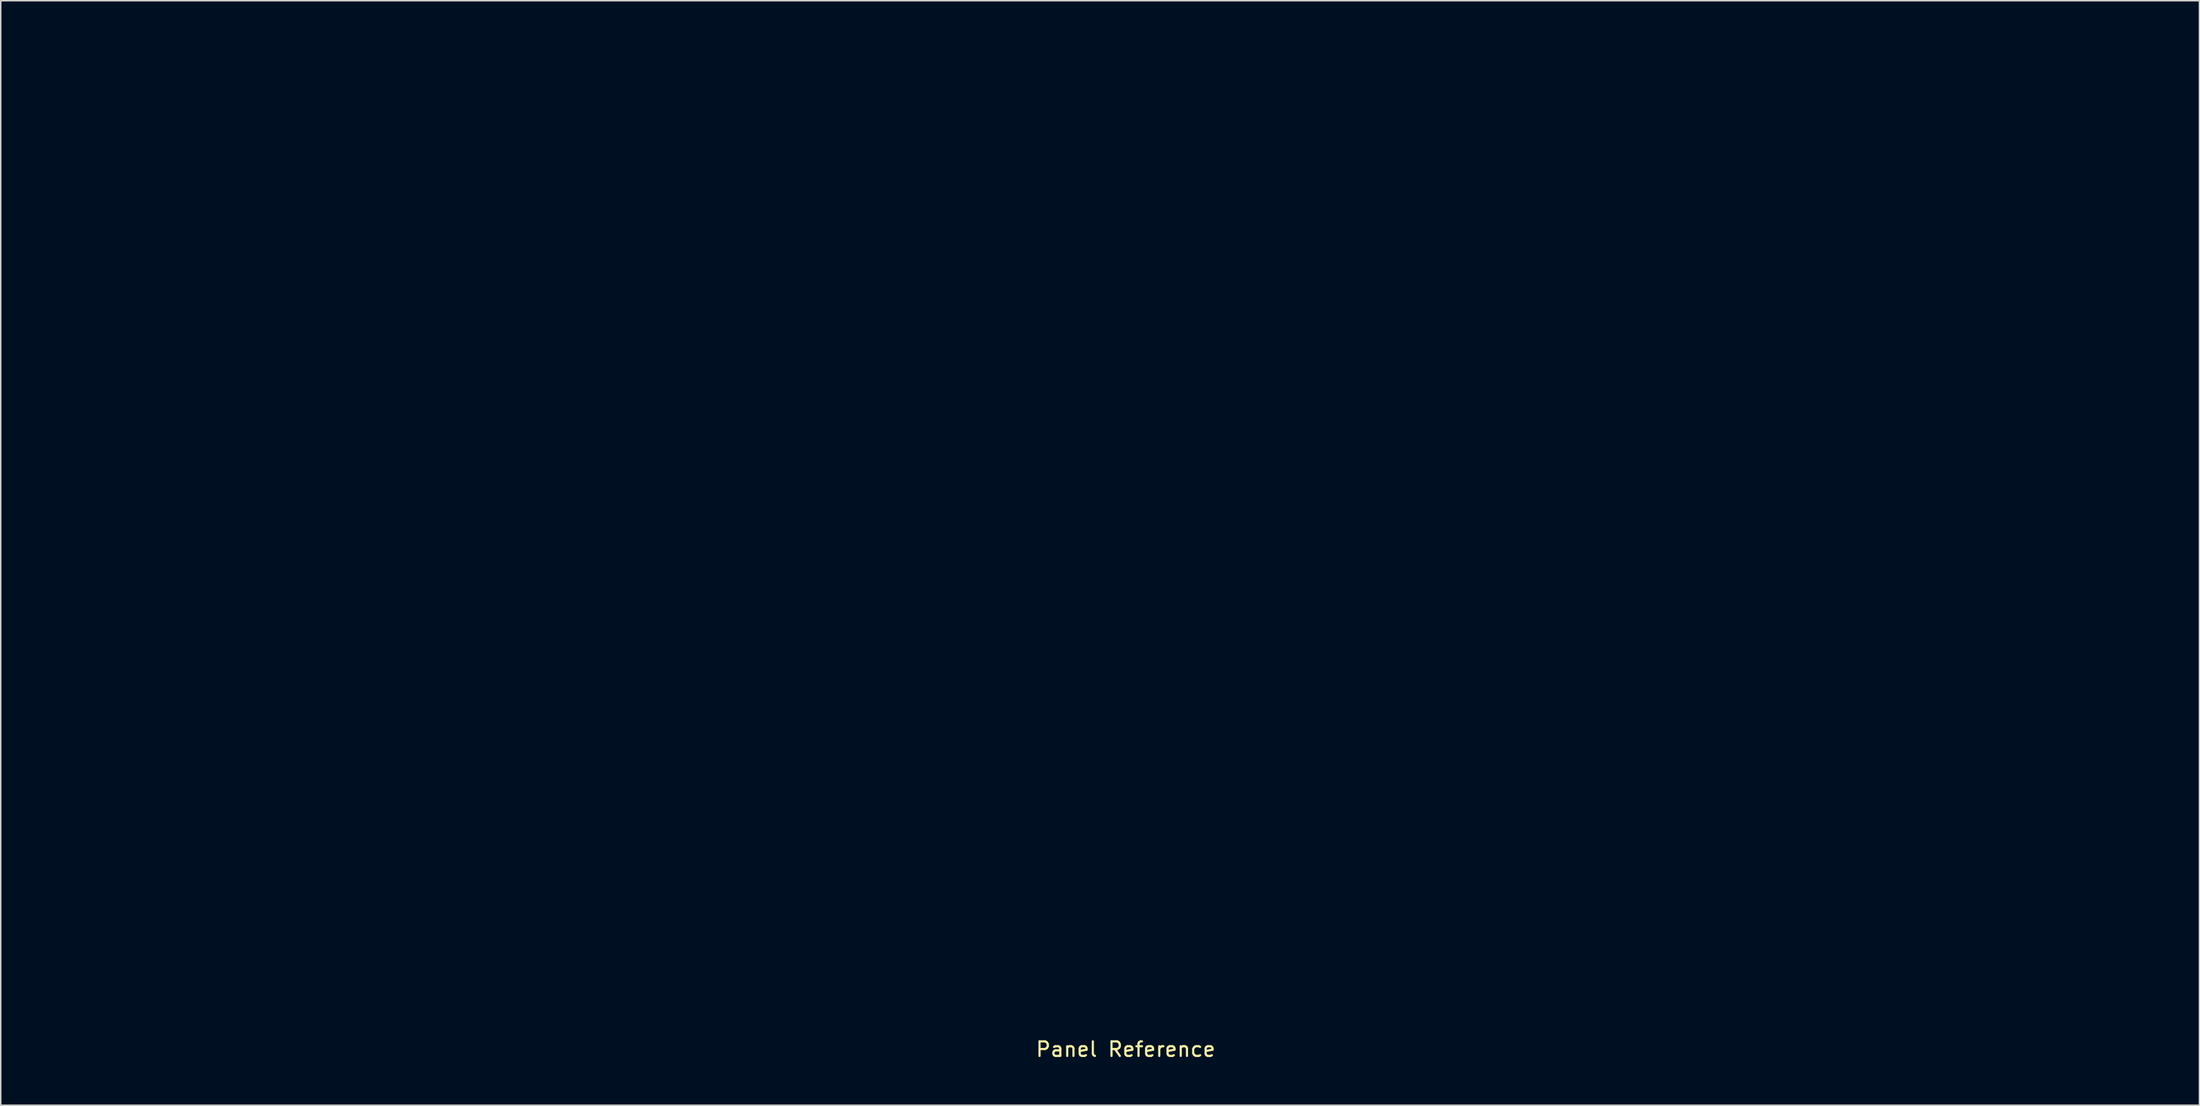
<source format=kicad_pcb>
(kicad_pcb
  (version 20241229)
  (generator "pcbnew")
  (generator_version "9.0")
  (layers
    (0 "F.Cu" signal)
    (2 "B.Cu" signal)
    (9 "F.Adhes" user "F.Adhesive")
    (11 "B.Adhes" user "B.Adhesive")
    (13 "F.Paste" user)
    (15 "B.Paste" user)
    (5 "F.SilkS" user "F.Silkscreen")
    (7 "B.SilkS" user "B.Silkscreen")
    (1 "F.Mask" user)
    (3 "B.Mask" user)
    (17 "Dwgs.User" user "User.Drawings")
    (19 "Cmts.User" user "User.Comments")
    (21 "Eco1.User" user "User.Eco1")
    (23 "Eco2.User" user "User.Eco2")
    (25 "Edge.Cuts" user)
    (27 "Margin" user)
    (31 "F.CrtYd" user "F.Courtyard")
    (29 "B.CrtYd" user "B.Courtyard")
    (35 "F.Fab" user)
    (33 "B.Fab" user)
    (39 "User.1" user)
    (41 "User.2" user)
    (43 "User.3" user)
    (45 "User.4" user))
  (footprint "Panel Reference"
    (layer "F.Cu")
    (at 74.398 33.097)
    (property "Reference" "Panel Reference" (at 0 36.068 0) (layer "F.SilkS") (effects (font (size 1 1) (thickness 0.15))))
    (attr through_hole)
    (fp_poly (pts (xy -68.382 -14.958) (xy -70.414 -14.958) (xy -70.414 -16.256) (xy -68.382 -16.256) (xy -68.382 -14.958)) (stroke (width 0.01) (type solid)) (fill no) (layer "Eco1.User"))
    (fp_poly (pts (xy -19.219 -28.109) (xy -19.727 -28.109) (xy -19.727 -33.02) (xy -19.219 -33.02) (xy -19.219 -28.109)) (stroke (width 0.01) (type solid)) (fill no) (layer "Eco1.User"))
    (fp_poly (pts (xy 4.939 -32.512) (xy 4.206 -32.512) (xy 3.473 -32.512) (xy 3.458 -30.297) (xy 3.443 -28.081) (xy 3.175 -28.098) (xy 2.907 -28.116) (xy 2.907 -32.512) (xy 1.439 -32.512) (xy 1.439 -33.02) (xy 4.939 -33.02) (xy 4.939 -32.512)) (stroke (width 0.01) (type solid)) (fill no) (layer "Eco1.User"))
    (fp_poly (pts (xy -66.879 -29.284) (xy -66.603 -29.243) (xy -66.422 -29.156) (xy -66.323 -29.012) (xy -66.294 -28.811) (xy -66.328 -28.554) (xy -66.437 -28.374) (xy -66.626 -28.266) (xy -66.903 -28.224) (xy -66.974 -28.222) (xy -67.254 -28.222) (xy -67.254 -29.308) (xy -66.879 -29.284)) (stroke (width 0.01) (type solid)) (fill no) (layer "Eco1.User"))
    (fp_poly (pts (xy -2.399 -32.512) (xy -4.544 -32.512) (xy -4.544 -31.214) (xy -2.399 -31.214) (xy -2.399 -30.706) (xy -4.544 -30.706) (xy -4.544 -28.561) (xy -2.342 -28.561) (xy -2.342 -28.109) (xy -5.108 -28.109) (xy -5.108 -33.02) (xy -2.399 -33.02) (xy -2.399 -32.512)) (stroke (width 0.01) (type solid)) (fill no) (layer "Eco1.User"))
    (fp_poly (pts (xy 24.603 -1.156) (xy 24.812 -1.062) (xy 24.938 -0.9) (xy 24.986 -0.662) (xy 24.986 -0.567) (xy 24.939 -0.36) (xy 24.81 -0.213) (xy 24.59 -0.119) (xy 24.37 -0.081) (xy 24.017 -0.042) (xy 24.017 -1.185) (xy 24.302 -1.185) (xy 24.603 -1.156)) (stroke (width 0.01) (type solid)) (fill no) (layer "Eco1.User"))
    (fp_poly (pts (xy -72.241 -29.284) (xy -71.97 -29.246) (xy -71.793 -29.164) (xy -71.694 -29.025) (xy -71.657 -28.814) (xy -71.656 -28.758) (xy -71.681 -28.531) (xy -71.765 -28.377) (xy -71.925 -28.284) (xy -72.174 -28.238) (xy -72.241 -28.233) (xy -72.616 -28.209) (xy -72.616 -29.308) (xy -72.241 -29.284)) (stroke (width 0.01) (type solid)) (fill no) (layer "Eco1.User"))
    (fp_poly (pts (xy -30.91 22.037) (xy -30.719 22.115) (xy -30.608 22.257) (xy -30.566 22.472) (xy -30.565 22.528) (xy -30.594 22.779) (xy -30.69 22.95) (xy -30.863 23.048) (xy -31.124 23.085) (xy -31.183 23.086) (xy -31.524 23.086) (xy -31.524 22.013) (xy -31.193 22.013) (xy -30.91 22.037)) (stroke (width 0.01) (type solid)) (fill no) (layer "Eco1.User"))
    (fp_poly (pts (xy -15.324 -11.713) (xy -15.134 -11.624) (xy -15.024 -11.465) (xy -14.986 -11.229) (xy -14.986 -11.204) (xy -15.018 -10.961) (xy -15.121 -10.796) (xy -15.303 -10.701) (xy -15.575 -10.668) (xy -15.604 -10.668) (xy -15.946 -10.668) (xy -15.946 -11.74) (xy -15.604 -11.74) (xy -15.324 -11.713)) (stroke (width 0.01) (type solid)) (fill no) (layer "Eco1.User"))
    (fp_poly (pts (xy 43.12 7.235) (xy 43.422 7.288) (xy 43.63 7.402) (xy 43.743 7.575) (xy 43.759 7.806) (xy 43.716 7.987) (xy 43.651 8.132) (xy 43.553 8.227) (xy 43.398 8.288) (xy 43.16 8.327) (xy 43.098 8.334) (xy 42.757 8.37) (xy 42.757 7.212) (xy 43.12 7.235)) (stroke (width 0.01) (type solid)) (fill no) (layer "Eco1.User"))
    (fp_poly (pts (xy 67.346 -1.175) (xy 67.615 -1.138) (xy 67.791 -1.058) (xy 67.89 -0.921) (xy 67.929 -0.709) (xy 67.931 -0.624) (xy 67.904 -0.392) (xy 67.813 -0.237) (xy 67.647 -0.148) (xy 67.391 -0.114) (xy 67.32 -0.113) (xy 66.971 -0.113) (xy 66.971 -1.198) (xy 67.346 -1.175)) (stroke (width 0.01) (type solid)) (fill no) (layer "Eco1.User"))
    (fp_poly (pts (xy -52.295 -3.264) (xy -52.135 -3.239) (xy -52.072 -3.219) (xy -51.965 -3.106) (xy -51.892 -2.925) (xy -51.868 -2.718) (xy -51.877 -2.618) (xy -51.945 -2.428) (xy -52.076 -2.304) (xy -52.286 -2.234) (xy -52.467 -2.212) (xy -52.804 -2.188) (xy -52.804 -3.274) (xy -52.49 -3.274) (xy -52.295 -3.264)) (stroke (width 0.01) (type solid)) (fill no) (layer "Eco1.User"))
    (fp_poly (pts (xy -17.524 -11.729) (xy -17.347 -11.699) (xy -17.278 -11.677) (xy -17.132 -11.552) (xy -17.046 -11.355) (xy -17.032 -11.116) (xy -17.037 -11.076) (xy -17.098 -10.88) (xy -17.215 -10.754) (xy -17.406 -10.687) (xy -17.673 -10.668) (xy -18.034 -10.668) (xy -18.034 -11.74) (xy -17.726 -11.74) (xy -17.524 -11.729)) (stroke (width 0.01) (type solid)) (fill no) (layer "Eco1.User"))
    (fp_poly (pts (xy 54.501 24.117) (xy 54.772 24.164) (xy 54.951 24.252) (xy 55.057 24.395) (xy 55.091 24.503) (xy 55.097 24.687) (xy 55.052 24.883) (xy 54.971 25.044) (xy 54.894 25.117) (xy 54.782 25.154) (xy 54.604 25.191) (xy 54.475 25.209) (xy 54.158 25.246) (xy 54.158 24.086) (xy 54.501 24.117)) (stroke (width 0.01) (type solid)) (fill no) (layer "Eco1.User"))
    (fp_poly (pts (xy -33.015 22.04) (xy -32.803 22.111) (xy -32.663 22.216) (xy -32.632 22.27) (xy -32.591 22.491) (xy -32.617 22.719) (xy -32.702 22.908) (xy -32.735 22.947) (xy -32.835 23.028) (xy -32.954 23.07) (xy -33.13 23.085) (xy -33.215 23.086) (xy -33.556 23.086) (xy -33.556 22.013) (xy -33.271 22.013) (xy -33.015 22.04)) (stroke (width 0.01) (type solid)) (fill no) (layer "Eco1.User"))
    (fp_poly (pts (xy 1.101 -32.512) (xy -0.002 -32.512) (xy -1.104 -32.512) (xy -1.088 -31.877) (xy -1.072 -31.242) (xy 0.014 -31.227) (xy 1.101 -31.211) (xy 1.101 -30.706) (xy -1.101 -30.706) (xy -1.101 -28.561) (xy 1.157 -28.561) (xy 1.157 -28.109) (xy -1.609 -28.109) (xy -1.609 -33.02) (xy 1.101 -33.02) (xy 1.101 -32.512)) (stroke (width 0.01) (type solid)) (fill no) (layer "Eco1.User"))
    (fp_poly (pts (xy 37.549 24.135) (xy 37.852 24.238) (xy 38.075 24.416) (xy 38.222 24.675) (xy 38.299 25.018) (xy 38.313 25.321) (xy 38.28 25.717) (xy 38.182 26.022) (xy 38.013 26.244) (xy 37.767 26.388) (xy 37.439 26.46) (xy 37.211 26.471) (xy 36.83 26.472) (xy 36.83 24.102) (xy 37.16 24.102) (xy 37.549 24.135)) (stroke (width 0.01) (type solid)) (fill no) (layer "Eco1.User"))
    (fp_poly (pts (xy 42.757 -32.512) (xy 41.654 -32.512) (xy 40.552 -32.512) (xy 40.568 -31.877) (xy 40.584 -31.242) (xy 42.763 -31.211) (xy 42.746 -30.973) (xy 42.728 -30.734) (xy 41.642 -30.719) (xy 40.555 -30.703) (xy 40.555 -28.561) (xy 42.813 -28.561) (xy 42.813 -28.109) (xy 40.047 -28.109) (xy 40.047 -33.02) (xy 42.757 -33.02) (xy 42.757 -32.512)) (stroke (width 0.01) (type solid)) (fill no) (layer "Eco1.User"))
    (fp_poly (pts (xy 5.226 26.838) (xy 5.257 26.905) (xy 5.309 27.033) (xy 5.387 27.235) (xy 5.477 27.474) (xy 5.611 27.827) (xy 5.219 27.827) (xy 5.023 27.82) (xy 4.883 27.801) (xy 4.826 27.774) (xy 4.826 27.772) (xy 4.846 27.7) (xy 4.896 27.555) (xy 4.966 27.368) (xy 5.043 27.17) (xy 5.116 26.991) (xy 5.171 26.863) (xy 5.196 26.817) (xy 5.208 26.814) (xy 5.226 26.838)) (stroke (width 0.01) (type solid)) (fill no) (layer "Eco1.User"))
    (fp_poly (pts (xy -28.349 26.877) (xy -28.29 26.984) (xy -28.214 27.144) (xy -28.132 27.329) (xy -28.057 27.514) (xy -27.999 27.671) (xy -27.971 27.775) (xy -27.97 27.785) (xy -28.021 27.806) (xy -28.156 27.821) (xy -28.347 27.827) (xy -28.363 27.827) (xy -28.558 27.825) (xy -28.699 27.82) (xy -28.758 27.812) (xy -28.758 27.812) (xy -28.739 27.751) (xy -28.689 27.615) (xy -28.619 27.433) (xy -28.542 27.237) (xy -28.468 27.054) (xy -28.41 26.914) (xy -28.38 26.849) (xy -28.349 26.877)) (stroke (width 0.01) (type solid)) (fill no) (layer "Eco1.User"))
    (fp_poly (pts (xy 15.398 -0.583) (xy 15.433 -0.507) (xy 15.494 -0.358) (xy 15.569 -0.168) (xy 15.569 -0.167) (xy 15.646 0.033) (xy 15.71 0.2) (xy 15.748 0.296) (xy 15.758 0.348) (xy 15.721 0.378) (xy 15.616 0.391) (xy 15.423 0.395) (xy 15.387 0.395) (xy 15.191 0.392) (xy 15.048 0.384) (xy 14.987 0.374) (xy 14.986 0.372) (xy 15.006 0.292) (xy 15.058 0.149) (xy 15.13 -0.032) (xy 15.211 -0.221) (xy 15.29 -0.394) (xy 15.354 -0.524) (xy 15.393 -0.583) (xy 15.398 -0.583)) (stroke (width 0.01) (type solid)) (fill no) (layer "Eco1.User"))
    (fp_poly (pts (xy 40.788 24.128) (xy 41.067 24.287) (xy 41.147 24.358) (xy 41.335 24.616) (xy 41.451 24.923) (xy 41.496 25.257) (xy 41.473 25.592) (xy 41.384 25.907) (xy 41.23 26.176) (xy 41.014 26.378) (xy 40.975 26.401) (xy 40.707 26.499) (xy 40.401 26.529) (xy 40.104 26.49) (xy 39.934 26.424) (xy 39.699 26.24) (xy 39.528 25.984) (xy 39.422 25.68) (xy 39.38 25.35) (xy 39.405 25.017) (xy 39.496 24.704) (xy 39.655 24.432) (xy 39.865 24.236) (xy 40.161 24.1) (xy 40.477 24.065) (xy 40.788 24.128)) (stroke (width 0.01) (type solid)) (fill no) (layer "Eco1.User"))
    (fp_poly (pts (xy 63.09 -26.516) (xy 63.379 -26.419) (xy 63.63 -26.242) (xy 63.794 -26.033) (xy 63.905 -25.761) (xy 63.964 -25.432) (xy 63.968 -25.093) (xy 63.927 -24.849) (xy 63.791 -24.535) (xy 63.582 -24.294) (xy 63.318 -24.132) (xy 63.018 -24.059) (xy 62.7 -24.082) (xy 62.454 -24.172) (xy 62.195 -24.356) (xy 62.011 -24.612) (xy 61.896 -24.953) (xy 61.894 -24.962) (xy 61.859 -25.334) (xy 61.909 -25.696) (xy 62.036 -26.021) (xy 62.233 -26.28) (xy 62.239 -26.285) (xy 62.496 -26.453) (xy 62.787 -26.529) (xy 63.09 -26.516)) (stroke (width 0.01) (type solid)) (fill no) (layer "Eco1.User"))
    (fp_poly (pts (xy -54.861 -3.316) (xy -54.557 -3.231) (xy -54.316 -3.054) (xy -54.14 -2.789) (xy -54.032 -2.439) (xy -53.999 -2.158) (xy -53.993 -1.921) (xy -54.01 -1.746) (xy -54.061 -1.587) (xy -54.122 -1.453) (xy -54.249 -1.247) (xy -54.396 -1.079) (xy -54.459 -1.028) (xy -54.678 -0.93) (xy -54.948 -0.875) (xy -55.214 -0.871) (xy -55.356 -0.899) (xy -55.655 -1.048) (xy -55.874 -1.277) (xy -56.014 -1.586) (xy -56.074 -1.974) (xy -56.076 -2.092) (xy -56.036 -2.505) (xy -55.921 -2.838) (xy -55.733 -3.087) (xy -55.476 -3.25) (xy -55.153 -3.323) (xy -54.861 -3.316)) (stroke (width 0.01) (type solid)) (fill no) (layer "Eco1.User"))
    (fp_poly (pts (xy 34.629 -30.565) (xy 34.628 -30.05) (xy 34.625 -29.573) (xy 34.62 -29.143) (xy 34.614 -28.773) (xy 34.606 -28.474) (xy 34.598 -28.257) (xy 34.589 -28.134) (xy 34.582 -28.109) (xy 34.538 -28.152) (xy 34.432 -28.274) (xy 34.272 -28.466) (xy 34.067 -28.718) (xy 33.824 -29.019) (xy 33.551 -29.362) (xy 33.255 -29.735) (xy 33.213 -29.789) (xy 31.891 -31.468) (xy 31.861 -28.109) (xy 31.355 -28.109) (xy 31.355 -30.565) (xy 31.355 -31.079) (xy 31.356 -31.557) (xy 31.358 -31.986) (xy 31.36 -32.356) (xy 31.363 -32.656) (xy 31.366 -32.873) (xy 31.369 -32.996) (xy 31.372 -33.02) (xy 31.409 -32.977) (xy 31.509 -32.855) (xy 31.662 -32.663) (xy 31.862 -32.412) (xy 32.101 -32.11) (xy 32.371 -31.768) (xy 32.665 -31.394) (xy 32.712 -31.334) (xy 34.036 -29.648) (xy 34.051 -31.334) (xy 34.066 -33.02) (xy 34.629 -33.02) (xy 34.629 -30.565)) (stroke (width 0.01) (type solid)) (fill no) (layer "Eco1.User"))
    (fp_poly (pts (xy -72.334 -12.533) (xy -72.328 -12.035) (xy -72.309 -11.638) (xy -72.271 -11.332) (xy -72.212 -11.106) (xy -72.126 -10.948) (xy -72.009 -10.849) (xy -71.857 -10.797) (xy -71.667 -10.781) (xy -71.656 -10.781) (xy -71.462 -10.795) (xy -71.307 -10.845) (xy -71.189 -10.943) (xy -71.101 -11.098) (xy -71.041 -11.322) (xy -71.003 -11.626) (xy -70.984 -12.02) (xy -70.979 -12.499) (xy -70.979 -13.49) (xy -70.63 -13.49) (xy -70.649 -12.347) (xy -70.657 -11.952) (xy -70.666 -11.652) (xy -70.678 -11.43) (xy -70.695 -11.268) (xy -70.718 -11.149) (xy -70.75 -11.055) (xy -70.785 -10.982) (xy -70.932 -10.758) (xy -71.107 -10.616) (xy -71.34 -10.538) (xy -71.587 -10.512) (xy -71.847 -10.511) (xy -72.036 -10.543) (xy -72.16 -10.594) (xy -72.312 -10.687) (xy -72.432 -10.796) (xy -72.522 -10.936) (xy -72.586 -11.121) (xy -72.63 -11.364) (xy -72.656 -11.681) (xy -72.668 -12.086) (xy -72.671 -12.46) (xy -72.672 -13.49) (xy -72.334 -13.49) (xy -72.334 -12.533)) (stroke (width 0.01) (type solid)) (fill no) (layer "Eco1.User"))
    (fp_poly (pts (xy 44.71 -33.012) (xy 45.056 -32.985) (xy 45.324 -32.935) (xy 45.532 -32.858) (xy 45.699 -32.751) (xy 45.786 -32.669) (xy 45.989 -32.417) (xy 46.108 -32.159) (xy 46.161 -31.856) (xy 46.167 -31.694) (xy 46.129 -31.261) (xy 46.011 -30.907) (xy 45.812 -30.629) (xy 45.53 -30.426) (xy 45.47 -30.397) (xy 45.242 -30.294) (xy 46.356 -28.109) (xy 46.066 -28.11) (xy 45.776 -28.11) (xy 44.704 -30.196) (xy 44.379 -30.197) (xy 44.055 -30.198) (xy 44.055 -28.109) (xy 43.49 -28.109) (xy 43.49 -32.512) (xy 44.055 -32.512) (xy 44.055 -30.706) (xy 44.583 -30.706) (xy 44.845 -30.709) (xy 45.025 -30.724) (xy 45.153 -30.755) (xy 45.261 -30.808) (xy 45.302 -30.835) (xy 45.496 -31.01) (xy 45.612 -31.233) (xy 45.66 -31.524) (xy 45.662 -31.637) (xy 45.634 -31.948) (xy 45.546 -32.183) (xy 45.39 -32.348) (xy 45.154 -32.452) (xy 44.828 -32.503) (xy 44.568 -32.512) (xy 44.055 -32.512) (xy 43.49 -32.512) (xy 43.49 -33.02) (xy 44.27 -33.02) (xy 44.71 -33.012)) (stroke (width 0.01) (type solid)) (fill no) (layer "Eco1.User"))
    (fp_poly (pts (xy 37.025 -33.011) (xy 37.448 -32.979) (xy 37.794 -32.92) (xy 38.078 -32.829) (xy 38.319 -32.7) (xy 38.533 -32.529) (xy 38.689 -32.366) (xy 38.901 -32.069) (xy 39.053 -31.722) (xy 39.149 -31.312) (xy 39.191 -30.824) (xy 39.188 -30.326) (xy 39.157 -29.887) (xy 39.097 -29.535) (xy 39 -29.244) (xy 38.857 -28.989) (xy 38.658 -28.746) (xy 38.58 -28.665) (xy 38.387 -28.488) (xy 38.193 -28.352) (xy 37.981 -28.252) (xy 37.732 -28.182) (xy 37.426 -28.139) (xy 37.047 -28.116) (xy 36.575 -28.109) (xy 36.542 -28.109) (xy 35.588 -28.109) (xy 35.588 -32.568) (xy 36.153 -32.568) (xy 36.153 -28.545) (xy 36.827 -28.573) (xy 37.133 -28.589) (xy 37.355 -28.61) (xy 37.526 -28.642) (xy 37.673 -28.69) (xy 37.812 -28.753) (xy 38.109 -28.936) (xy 38.335 -29.167) (xy 38.497 -29.458) (xy 38.6 -29.822) (xy 38.65 -30.272) (xy 38.658 -30.536) (xy 38.647 -30.961) (xy 38.605 -31.299) (xy 38.525 -31.575) (xy 38.4 -31.814) (xy 38.261 -31.998) (xy 38.01 -32.23) (xy 37.701 -32.398) (xy 37.322 -32.507) (xy 36.861 -32.561) (xy 36.566 -32.568) (xy 36.153 -32.568) (xy 35.588 -32.568) (xy 35.588 -33.02) (xy 36.508 -33.02) (xy 37.025 -33.011)) (stroke (width 0.01) (type solid)) (fill no) (layer "Eco1.User"))
    (fp_poly (pts (xy -69.016 -13.507) (xy -68.844 -13.45) (xy -68.694 -13.354) (xy -68.569 -13.255) (xy -68.523 -13.193) (xy -68.544 -13.137) (xy -68.594 -13.084) (xy -68.666 -13.02) (xy -68.729 -13.009) (xy -68.821 -13.055) (xy -68.918 -13.119) (xy -69.175 -13.241) (xy -69.426 -13.25) (xy -69.62 -13.182) (xy -69.761 -13.081) (xy -69.832 -12.942) (xy -69.85 -12.742) (xy -69.823 -12.581) (xy -69.733 -12.454) (xy -69.563 -12.349) (xy -69.297 -12.252) (xy -69.266 -12.243) (xy -68.934 -12.127) (xy -68.701 -12.001) (xy -68.55 -11.846) (xy -68.468 -11.647) (xy -68.44 -11.388) (xy -68.439 -11.334) (xy -68.481 -11.018) (xy -68.608 -10.777) (xy -68.821 -10.607) (xy -68.85 -10.593) (xy -69.102 -10.52) (xy -69.404 -10.502) (xy -69.704 -10.538) (xy -69.933 -10.615) (xy -70.111 -10.71) (xy -70.198 -10.781) (xy -70.207 -10.851) (xy -70.152 -10.939) (xy -70.143 -10.951) (xy -70.036 -11.083) (xy -69.844 -10.946) (xy -69.663 -10.849) (xy -69.449 -10.811) (xy -69.361 -10.809) (xy -69.088 -10.846) (xy -68.901 -10.956) (xy -68.799 -11.14) (xy -68.778 -11.317) (xy -68.814 -11.532) (xy -68.931 -11.691) (xy -69.14 -11.805) (xy -69.314 -11.857) (xy -69.678 -11.976) (xy -69.941 -12.136) (xy -70.107 -12.341) (xy -70.183 -12.598) (xy -70.189 -12.709) (xy -70.145 -13.026) (xy -70.016 -13.27) (xy -69.807 -13.437) (xy -69.521 -13.524) (xy -69.25 -13.533) (xy -69.016 -13.507)) (stroke (width 0.01) (type solid)) (fill no) (layer "Eco1.User"))
    (fp_poly (pts (xy -67.314 -13.481) (xy -67.025 -13.471) (xy -66.825 -13.458) (xy -66.691 -13.437) (xy -66.6 -13.404) (xy -66.528 -13.354) (xy -66.495 -13.324) (xy -66.357 -13.138) (xy -66.278 -12.914) (xy -66.258 -12.681) (xy -66.298 -12.468) (xy -66.397 -12.304) (xy -66.49 -12.239) (xy -66.623 -12.178) (xy -66.408 -11.973) (xy -66.219 -11.726) (xy -66.139 -11.451) (xy -66.168 -11.151) (xy -66.224 -10.995) (xy -66.317 -10.826) (xy -66.435 -10.705) (xy -66.597 -10.625) (xy -66.821 -10.579) (xy -67.128 -10.558) (xy -67.361 -10.555) (xy -67.987 -10.555) (xy -67.987 -11.966) (xy -67.649 -11.966) (xy -67.649 -10.825) (xy -67.192 -10.846) (xy -66.956 -10.861) (xy -66.804 -10.884) (xy -66.708 -10.923) (xy -66.638 -10.987) (xy -66.627 -10.999) (xy -66.538 -11.185) (xy -66.514 -11.414) (xy -66.551 -11.64) (xy -66.649 -11.818) (xy -66.658 -11.828) (xy -66.744 -11.9) (xy -66.841 -11.942) (xy -66.983 -11.961) (xy -67.202 -11.966) (xy -67.223 -11.966) (xy -67.649 -11.966) (xy -67.987 -11.966) (xy -67.987 -13.208) (xy -67.649 -13.208) (xy -67.649 -12.3) (xy -67.217 -12.317) (xy -66.993 -12.329) (xy -66.851 -12.35) (xy -66.761 -12.391) (xy -66.692 -12.459) (xy -66.674 -12.483) (xy -66.596 -12.633) (xy -66.594 -12.805) (xy -66.6 -12.836) (xy -66.673 -13.013) (xy -66.822 -13.131) (xy -67.056 -13.194) (xy -67.307 -13.208) (xy -67.649 -13.208) (xy -67.987 -13.208) (xy -67.987 -13.5) (xy -67.314 -13.481)) (stroke (width 0.01) (type solid)) (fill no) (layer "Eco1.User"))
    (fp_poly (pts (xy 13.651 -33.065) (xy 14.101 -32.949) (xy 14.515 -32.745) (xy 14.876 -32.457) (xy 15.149 -32.119) (xy 15.354 -31.741) (xy 15.487 -31.339) (xy 15.554 -30.887) (xy 15.566 -30.508) (xy 15.52 -29.94) (xy 15.391 -29.433) (xy 15.184 -28.993) (xy 14.902 -28.627) (xy 14.55 -28.342) (xy 14.132 -28.144) (xy 14.119 -28.14) (xy 13.811 -28.067) (xy 13.455 -28.027) (xy 13.096 -28.022) (xy 12.782 -28.054) (xy 12.7 -28.072) (xy 12.224 -28.248) (xy 11.821 -28.508) (xy 11.496 -28.85) (xy 11.248 -29.271) (xy 11.082 -29.769) (xy 11.026 -30.071) (xy 11.01 -30.34) (xy 11.501 -30.34) (xy 11.562 -29.879) (xy 11.596 -29.745) (xy 11.749 -29.383) (xy 11.98 -29.051) (xy 12.266 -28.772) (xy 12.585 -28.57) (xy 12.749 -28.506) (xy 12.975 -28.467) (xy 13.261 -28.461) (xy 13.565 -28.484) (xy 13.845 -28.532) (xy 14.058 -28.604) (xy 14.067 -28.608) (xy 14.407 -28.844) (xy 14.684 -29.161) (xy 14.892 -29.543) (xy 15.028 -29.972) (xy 15.086 -30.434) (xy 15.062 -30.912) (xy 14.951 -31.39) (xy 14.916 -31.49) (xy 14.721 -31.87) (xy 14.458 -32.173) (xy 14.143 -32.4) (xy 13.791 -32.548) (xy 13.418 -32.616) (xy 13.04 -32.605) (xy 12.671 -32.513) (xy 12.328 -32.339) (xy 12.026 -32.081) (xy 11.78 -31.74) (xy 11.748 -31.68) (xy 11.597 -31.277) (xy 11.514 -30.818) (xy 11.501 -30.34) (xy 11.01 -30.34) (xy 10.993 -30.628) (xy 11.048 -31.157) (xy 11.187 -31.645) (xy 11.404 -32.081) (xy 11.693 -32.45) (xy 12.048 -32.742) (xy 12.242 -32.85) (xy 12.705 -33.02) (xy 13.18 -33.091) (xy 13.651 -33.065)) (stroke (width 0.01) (type solid)) (fill no) (layer "Eco1.User"))
    (fp_poly (pts (xy 10.162 -33.031) (xy 10.638 -32.872) (xy 10.682 -32.851) (xy 10.858 -32.764) (xy 10.983 -32.689) (xy 11.033 -32.643) (xy 11.033 -32.642) (xy 10.999 -32.572) (xy 10.918 -32.459) (xy 10.902 -32.44) (xy 10.774 -32.282) (xy 10.495 -32.44) (xy 10.345 -32.517) (xy 10.207 -32.564) (xy 10.045 -32.588) (xy 9.822 -32.596) (xy 9.708 -32.597) (xy 9.453 -32.593) (xy 9.274 -32.577) (xy 9.136 -32.541) (xy 9.001 -32.478) (xy 8.928 -32.436) (xy 8.632 -32.202) (xy 8.406 -31.887) (xy 8.248 -31.488) (xy 8.157 -31.002) (xy 8.132 -30.508) (xy 8.163 -29.963) (xy 8.258 -29.506) (xy 8.421 -29.132) (xy 8.653 -28.837) (xy 8.949 -28.617) (xy 9.091 -28.547) (xy 9.231 -28.504) (xy 9.404 -28.483) (xy 9.648 -28.476) (xy 9.708 -28.476) (xy 9.968 -28.48) (xy 10.151 -28.498) (xy 10.294 -28.535) (xy 10.433 -28.599) (xy 10.481 -28.626) (xy 10.637 -28.709) (xy 10.729 -28.739) (xy 10.787 -28.719) (xy 10.822 -28.682) (xy 10.941 -28.536) (xy 10.993 -28.442) (xy 10.969 -28.374) (xy 10.862 -28.306) (xy 10.672 -28.216) (xy 10.431 -28.115) (xy 10.208 -28.056) (xy 9.95 -28.027) (xy 9.833 -28.02) (xy 9.584 -28.017) (xy 9.35 -28.028) (xy 9.177 -28.05) (xy 9.158 -28.054) (xy 8.713 -28.219) (xy 8.34 -28.47) (xy 8.041 -28.804) (xy 7.817 -29.22) (xy 7.669 -29.715) (xy 7.599 -30.286) (xy 7.593 -30.52) (xy 7.608 -30.971) (xy 7.662 -31.35) (xy 7.761 -31.694) (xy 7.887 -31.99) (xy 8.136 -32.382) (xy 8.453 -32.692) (xy 8.826 -32.915) (xy 9.244 -33.049) (xy 9.693 -33.089) (xy 10.162 -33.031)) (stroke (width 0.01) (type solid)) (fill no) (layer "Eco1.User"))
    (fp_poly (pts (xy 28.824 -32.968) (xy 28.884 -32.834) (xy 28.977 -32.621) (xy 29.096 -32.34) (xy 29.237 -32.003) (xy 29.394 -31.623) (xy 29.563 -31.212) (xy 29.739 -30.782) (xy 29.916 -30.347) (xy 30.09 -29.917) (xy 30.256 -29.507) (xy 30.408 -29.127) (xy 30.541 -28.79) (xy 30.651 -28.509) (xy 30.732 -28.296) (xy 30.78 -28.163) (xy 30.79 -28.124) (xy 30.74 -28.116) (xy 30.61 -28.11) (xy 30.512 -28.109) (xy 30.234 -28.109) (xy 30.117 -28.42) (xy 30.025 -28.664) (xy 29.925 -28.93) (xy 29.883 -29.042) (xy 29.765 -29.354) (xy 28.829 -29.338) (xy 27.893 -29.323) (xy 27.668 -28.716) (xy 27.443 -28.109) (xy 27.163 -28.109) (xy 26.997 -28.115) (xy 26.919 -28.138) (xy 26.906 -28.187) (xy 26.911 -28.208) (xy 26.935 -28.274) (xy 26.996 -28.432) (xy 27.089 -28.67) (xy 27.209 -28.976) (xy 27.35 -29.338) (xy 27.509 -29.741) (xy 27.567 -29.89) (xy 28.138 -29.89) (xy 28.19 -29.878) (xy 28.335 -29.869) (xy 28.549 -29.862) (xy 28.813 -29.859) (xy 28.842 -29.859) (xy 29.547 -29.859) (xy 29.443 -30.127) (xy 29.38 -30.29) (xy 29.289 -30.524) (xy 29.184 -30.796) (xy 29.094 -31.03) (xy 28.997 -31.271) (xy 28.912 -31.462) (xy 28.847 -31.586) (xy 28.811 -31.624) (xy 28.811 -31.623) (xy 28.78 -31.561) (xy 28.719 -31.414) (xy 28.635 -31.207) (xy 28.537 -30.96) (xy 28.434 -30.696) (xy 28.335 -30.437) (xy 28.247 -30.205) (xy 28.18 -30.023) (xy 28.143 -29.912) (xy 28.138 -29.89) (xy 27.567 -29.89) (xy 27.68 -30.176) (xy 27.857 -30.627) (xy 28.038 -31.085) (xy 28.215 -31.535) (xy 28.386 -31.966) (xy 28.544 -32.364) (xy 28.684 -32.718) (xy 28.8 -33.009) (xy 28.824 -32.968)) (stroke (width 0.01) (type solid)) (fill no) (layer "Eco1.User"))
    (fp_poly (pts (xy -27.193 -33.072) (xy -26.805 -32.993) (xy -26.449 -32.84) (xy -26.226 -32.684) (xy -26.036 -32.521) (xy -26.349 -32.112) (xy -26.523 -32.277) (xy -26.773 -32.477) (xy -27.023 -32.586) (xy -27.311 -32.619) (xy -27.44 -32.614) (xy -27.773 -32.555) (xy -28.019 -32.423) (xy -28.182 -32.216) (xy -28.264 -31.932) (xy -28.275 -31.773) (xy -28.254 -31.533) (xy -28.176 -31.34) (xy -28.027 -31.185) (xy -27.797 -31.055) (xy -27.472 -30.942) (xy -27.252 -30.882) (xy -26.869 -30.773) (xy -26.577 -30.653) (xy -26.35 -30.511) (xy -26.174 -30.344) (xy -26.002 -30.069) (xy -25.902 -29.735) (xy -25.875 -29.372) (xy -25.924 -29.01) (xy -26.013 -28.758) (xy -26.135 -28.533) (xy -26.269 -28.375) (xy -26.452 -28.251) (xy -26.634 -28.163) (xy -26.84 -28.098) (xy -27.106 -28.047) (xy -27.389 -28.016) (xy -27.647 -28.01) (xy -27.827 -28.03) (xy -28.045 -28.096) (xy -28.278 -28.186) (xy -28.501 -28.288) (xy -28.69 -28.39) (xy -28.821 -28.481) (xy -28.87 -28.547) (xy -28.87 -28.547) (xy -28.834 -28.611) (xy -28.745 -28.722) (xy -28.701 -28.773) (xy -28.534 -28.956) (xy -28.284 -28.765) (xy -27.976 -28.59) (xy -27.634 -28.495) (xy -27.285 -28.482) (xy -26.958 -28.553) (xy -26.726 -28.674) (xy -26.568 -28.846) (xy -26.455 -29.083) (xy -26.405 -29.34) (xy -26.414 -29.502) (xy -26.479 -29.744) (xy -26.581 -29.93) (xy -26.737 -30.075) (xy -26.964 -30.192) (xy -27.279 -30.293) (xy -27.484 -30.344) (xy -27.934 -30.483) (xy -28.285 -30.667) (xy -28.541 -30.902) (xy -28.708 -31.192) (xy -28.788 -31.524) (xy -28.79 -31.913) (xy -28.705 -32.274) (xy -28.54 -32.585) (xy -28.304 -32.824) (xy -28.278 -32.843) (xy -27.957 -32.999) (xy -27.586 -33.074) (xy -27.193 -33.072)) (stroke (width 0.01) (type solid)) (fill no) (layer "Eco1.User"))
    (fp_poly (pts (xy 25.132 17.512) (xy 32.907 17.526) (xy 32.921 25.301) (xy 32.936 33.076) (xy 27.559 33.077) (xy 26.765 33.077) (xy 25.986 33.077) (xy 25.231 33.078) (xy 24.511 33.08) (xy 23.834 33.081) (xy 23.211 33.083) (xy 22.651 33.085) (xy 22.165 33.088) (xy 21.761 33.09) (xy 21.449 33.093) (xy 21.24 33.096) (xy 21.223 33.096) (xy 20.881 33.101) (xy 20.458 33.103) (xy 19.984 33.103) (xy 19.492 33.101) (xy 19.012 33.097) (xy 18.81 33.095) (xy 17.357 33.075) (xy 17.357 23.82) (xy 21.251 23.82) (xy 21.251 26.814) (xy 22.056 26.799) (xy 22.86 26.783) (xy 22.896 26.472) (xy 21.59 26.472) (xy 21.59 23.82) (xy 23.17 23.82) (xy 23.17 26.811) (xy 24.864 26.811) (xy 24.864 26.472) (xy 23.509 26.472) (xy 23.509 25.231) (xy 24.807 25.231) (xy 24.807 24.892) (xy 23.509 24.892) (xy 23.509 24.158) (xy 24.807 24.158) (xy 24.807 23.82) (xy 25.259 23.82) (xy 25.259 26.811) (xy 25.598 26.811) (xy 25.598 25.174) (xy 26.726 25.174) (xy 26.726 24.892) (xy 25.598 24.892) (xy 25.598 24.158) (xy 26.726 24.158) (xy 26.726 23.82) (xy 26.896 23.82) (xy 26.896 24.158) (xy 27.742 24.158) (xy 27.742 25.447) (xy 27.744 25.818) (xy 27.749 26.15) (xy 27.756 26.428) (xy 27.766 26.635) (xy 27.776 26.754) (xy 27.783 26.776) (xy 27.864 26.801) (xy 27.966 26.8) (xy 28.109 26.783) (xy 28.124 25.471) (xy 28.14 24.158) (xy 28.984 24.158) (xy 28.984 23.82) (xy 26.896 23.82) (xy 26.726 23.82) (xy 25.259 23.82) (xy 24.807 23.82) (xy 23.17 23.82) (xy 21.59 23.82) (xy 21.251 23.82) (xy 17.357 23.82) (xy 17.357 17.497) (xy 25.132 17.512)) (stroke (width 0.01) (type solid)) (fill no) (layer "Eco1.User"))
    (fp_poly (pts (xy 49.756 16.256) (xy 41.993 16.256) (xy 40.86 16.256) (xy 39.836 16.255) (xy 38.915 16.254) (xy 38.093 16.253) (xy 37.364 16.251) (xy 36.725 16.248) (xy 36.171 16.245) (xy 35.696 16.241) (xy 35.297 16.236) (xy 34.967 16.231) (xy 34.704 16.225) (xy 34.501 16.218) (xy 34.355 16.21) (xy 34.26 16.201) (xy 34.211 16.191) (xy 34.203 16.185) (xy 34.2 16.122) (xy 34.197 15.951) (xy 34.195 15.681) (xy 34.193 15.318) (xy 34.191 14.868) (xy 34.189 14.337) (xy 34.188 13.733) (xy 34.188 13.062) (xy 34.187 12.33) (xy 34.187 11.544) (xy 34.188 10.711) (xy 34.189 9.837) (xy 34.19 8.928) (xy 34.191 8.382) (xy 34.194 6.943) (xy 39.878 6.943) (xy 39.878 8.035) (xy 39.881 8.494) (xy 39.893 8.857) (xy 39.918 9.137) (xy 39.96 9.35) (xy 40.024 9.512) (xy 40.113 9.639) (xy 40.231 9.744) (xy 40.358 9.829) (xy 40.562 9.905) (xy 40.824 9.935) (xy 41.099 9.919) (xy 41.262 9.878) (xy 42.418 9.878) (xy 42.757 9.878) (xy 42.757 8.651) (xy 43.184 8.623) (xy 43.469 8.592) (xy 43.666 8.539) (xy 43.762 8.485) (xy 43.951 8.286) (xy 44.066 8.037) (xy 44.107 7.765) (xy 44.074 7.496) (xy 43.967 7.256) (xy 43.786 7.072) (xy 43.762 7.057) (xy 43.654 7.003) (xy 43.526 6.968) (xy 43.35 6.95) (xy 43.099 6.943) (xy 42.997 6.943) (xy 42.418 6.943) (xy 42.418 9.878) (xy 41.262 9.878) (xy 41.341 9.858) (xy 41.401 9.829) (xy 41.57 9.695) (xy 41.714 9.502) (xy 41.725 9.482) (xy 41.769 9.394) (xy 41.801 9.305) (xy 41.824 9.197) (xy 41.839 9.054) (xy 41.848 8.857) (xy 41.852 8.588) (xy 41.854 8.23) (xy 41.854 8.091) (xy 41.854 6.943) (xy 41.515 6.943) (xy 41.515 8.045) (xy 41.511 8.515) (xy 41.498 8.884) (xy 41.469 9.164) (xy 41.421 9.368) (xy 41.348 9.506) (xy 41.245 9.591) (xy 41.107 9.635) (xy 40.93 9.65) (xy 40.855 9.65) (xy 40.669 9.638) (xy 40.522 9.595) (xy 40.41 9.511) (xy 40.329 9.373) (xy 40.273 9.171) (xy 40.239 8.891) (xy 40.222 8.524) (xy 40.217 8.056) (xy 40.217 8.017) (xy 40.217 6.943) (xy 39.878 6.943) (xy 34.194 6.943) (xy 34.205 0.649) (xy 41.981 0.635) (xy 49.756 0.62) (xy 49.756 16.256)) (stroke (width 0.01) (type solid)) (fill no) (layer "Eco1.User"))
    (fp_poly (pts (xy -9.539 -32.913) (xy -9.48 -32.768) (xy -9.393 -32.543) (xy -9.283 -32.25) (xy -9.154 -31.903) (xy -9.012 -31.513) (xy -8.95 -31.341) (xy -8.803 -30.935) (xy -8.668 -30.563) (xy -8.548 -30.239) (xy -8.449 -29.976) (xy -8.376 -29.787) (xy -8.333 -29.686) (xy -8.326 -29.673) (xy -8.299 -29.713) (xy -8.238 -29.848) (xy -8.149 -30.064) (xy -8.037 -30.35) (xy -7.907 -30.695) (xy -7.763 -31.084) (xy -7.674 -31.331) (xy -7.492 -31.831) (xy -7.344 -32.23) (xy -7.227 -32.534) (xy -7.137 -32.748) (xy -7.073 -32.88) (xy -7.033 -32.935) (xy -7.016 -32.928) (xy -6.992 -32.852) (xy -6.943 -32.682) (xy -6.873 -32.433) (xy -6.786 -32.117) (xy -6.685 -31.748) (xy -6.574 -31.341) (xy -6.456 -30.908) (xy -6.336 -30.465) (xy -6.218 -30.024) (xy -6.104 -29.599) (xy -5.998 -29.204) (xy -5.905 -28.853) (xy -5.828 -28.559) (xy -5.771 -28.337) (xy -5.737 -28.2) (xy -5.729 -28.161) (xy -5.78 -28.131) (xy -5.909 -28.112) (xy -6.001 -28.109) (xy -6.274 -28.109) (xy -6.688 -29.619) (xy -6.797 -30.015) (xy -6.898 -30.374) (xy -6.987 -30.684) (xy -7.059 -30.929) (xy -7.11 -31.096) (xy -7.136 -31.169) (xy -7.137 -31.171) (xy -7.165 -31.131) (xy -7.226 -30.997) (xy -7.315 -30.783) (xy -7.427 -30.502) (xy -7.556 -30.165) (xy -7.698 -29.786) (xy -7.734 -29.689) (xy -7.879 -29.299) (xy -8.012 -28.947) (xy -8.128 -28.644) (xy -8.221 -28.405) (xy -8.288 -28.242) (xy -8.322 -28.169) (xy -8.325 -28.167) (xy -8.351 -28.218) (xy -8.409 -28.362) (xy -8.495 -28.585) (xy -8.603 -28.875) (xy -8.729 -29.216) (xy -8.866 -29.597) (xy -8.885 -29.648) (xy -9.024 -30.035) (xy -9.153 -30.388) (xy -9.265 -30.692) (xy -9.356 -30.933) (xy -9.42 -31.097) (xy -9.452 -31.171) (xy -9.453 -31.173) (xy -9.477 -31.132) (xy -9.526 -30.995) (xy -9.597 -30.776) (xy -9.684 -30.488) (xy -9.785 -30.143) (xy -9.894 -29.756) (xy -9.916 -29.677) (xy -10.341 -28.138) (xy -10.639 -28.12) (xy -10.816 -28.117) (xy -10.9 -28.135) (xy -10.908 -28.177) (xy -10.888 -28.245) (xy -10.841 -28.411) (xy -10.771 -28.663) (xy -10.681 -28.989) (xy -10.574 -29.378) (xy -10.454 -29.818) (xy -10.323 -30.297) (xy -10.238 -30.607) (xy -10.103 -31.102) (xy -9.976 -31.562) (xy -9.86 -31.975) (xy -9.759 -32.331) (xy -9.676 -32.618) (xy -9.614 -32.825) (xy -9.576 -32.942) (xy -9.566 -32.964) (xy -9.539 -32.913)) (stroke (width 0.01) (type solid)) (fill no) (layer "Eco1.User"))
    (fp_poly (pts (xy 17.418 -32.956) (xy 17.446 -32.888) (xy 17.508 -32.728) (xy 17.597 -32.489) (xy 17.709 -32.184) (xy 17.839 -31.826) (xy 17.982 -31.43) (xy 18.042 -31.263) (xy 18.188 -30.859) (xy 18.322 -30.491) (xy 18.44 -30.173) (xy 18.537 -29.917) (xy 18.608 -29.737) (xy 18.648 -29.644) (xy 18.655 -29.634) (xy 18.68 -29.685) (xy 18.738 -29.83) (xy 18.825 -30.055) (xy 18.934 -30.348) (xy 19.062 -30.696) (xy 19.203 -31.086) (xy 19.266 -31.26) (xy 19.413 -31.668) (xy 19.549 -32.043) (xy 19.669 -32.371) (xy 19.768 -32.639) (xy 19.841 -32.833) (xy 19.884 -32.94) (xy 19.891 -32.955) (xy 19.924 -32.936) (xy 19.975 -32.823) (xy 20.04 -32.632) (xy 20.078 -32.5) (xy 20.276 -31.78) (xy 20.462 -31.104) (xy 20.632 -30.478) (xy 20.786 -29.911) (xy 20.922 -29.408) (xy 21.037 -28.979) (xy 21.129 -28.629) (xy 21.197 -28.366) (xy 21.238 -28.198) (xy 21.251 -28.133) (xy 21.215 -28.081) (xy 21.094 -28.057) (xy 20.973 -28.053) (xy 20.695 -28.053) (xy 20.609 -28.349) (xy 20.568 -28.494) (xy 20.505 -28.727) (xy 20.423 -29.024) (xy 20.331 -29.366) (xy 20.233 -29.73) (xy 20.214 -29.803) (xy 20.095 -30.246) (xy 20.002 -30.589) (xy 19.931 -30.842) (xy 19.877 -31.014) (xy 19.835 -31.115) (xy 19.802 -31.154) (xy 19.773 -31.14) (xy 19.743 -31.082) (xy 19.709 -30.99) (xy 19.686 -30.929) (xy 19.634 -30.787) (xy 19.549 -30.559) (xy 19.44 -30.265) (xy 19.314 -29.923) (xy 19.177 -29.554) (xy 19.104 -29.359) (xy 18.637 -28.096) (xy 18.071 -29.665) (xy 17.899 -30.137) (xy 17.76 -30.509) (xy 17.651 -30.788) (xy 17.569 -30.98) (xy 17.511 -31.094) (xy 17.475 -31.135) (xy 17.46 -31.125) (xy 17.435 -31.049) (xy 17.386 -30.884) (xy 17.318 -30.647) (xy 17.235 -30.355) (xy 17.142 -30.027) (xy 17.044 -29.679) (xy 16.946 -29.329) (xy 16.853 -28.993) (xy 16.769 -28.69) (xy 16.7 -28.437) (xy 16.651 -28.251) (xy 16.625 -28.149) (xy 16.623 -28.136) (xy 16.572 -28.121) (xy 16.442 -28.111) (xy 16.334 -28.109) (xy 16.166 -28.113) (xy 16.085 -28.133) (xy 16.067 -28.18) (xy 16.078 -28.236) (xy 16.186 -28.649) (xy 16.306 -29.097) (xy 16.434 -29.569) (xy 16.566 -30.052) (xy 16.7 -30.536) (xy 16.833 -31.007) (xy 16.959 -31.453) (xy 17.077 -31.864) (xy 17.183 -32.227) (xy 17.274 -32.529) (xy 17.345 -32.759) (xy 17.394 -32.906) (xy 17.417 -32.956) (xy 17.418 -32.956)) (stroke (width 0.01) (type solid)) (fill no) (layer "Eco1.User"))
    (fp_poly (pts (xy 25.388 -32.928) (xy 25.433 -32.774) (xy 25.5 -32.538) (xy 25.585 -32.233) (xy 25.684 -31.874) (xy 25.794 -31.473) (xy 25.911 -31.045) (xy 26.031 -30.602) (xy 26.151 -30.159) (xy 26.267 -29.729) (xy 26.374 -29.325) (xy 26.471 -28.962) (xy 26.552 -28.652) (xy 26.615 -28.409) (xy 26.655 -28.247) (xy 26.669 -28.18) (xy 26.615 -28.131) (xy 26.455 -28.11) (xy 26.402 -28.109) (xy 26.133 -28.109) (xy 25.717 -29.619) (xy 25.607 -30.015) (xy 25.505 -30.374) (xy 25.416 -30.683) (xy 25.344 -30.928) (xy 25.293 -31.094) (xy 25.266 -31.167) (xy 25.265 -31.169) (xy 25.238 -31.128) (xy 25.177 -30.995) (xy 25.088 -30.78) (xy 24.977 -30.498) (xy 24.848 -30.161) (xy 24.706 -29.781) (xy 24.671 -29.685) (xy 24.527 -29.298) (xy 24.393 -28.95) (xy 24.276 -28.654) (xy 24.18 -28.423) (xy 24.11 -28.269) (xy 24.072 -28.206) (xy 24.068 -28.206) (xy 24.038 -28.269) (xy 23.975 -28.424) (xy 23.886 -28.657) (xy 23.775 -28.954) (xy 23.648 -29.3) (xy 23.51 -29.681) (xy 23.507 -29.69) (xy 23.369 -30.071) (xy 23.242 -30.418) (xy 23.132 -30.715) (xy 23.043 -30.949) (xy 22.982 -31.105) (xy 22.953 -31.169) (xy 22.952 -31.17) (xy 22.928 -31.128) (xy 22.879 -30.991) (xy 22.808 -30.771) (xy 22.72 -30.482) (xy 22.619 -30.137) (xy 22.51 -29.75) (xy 22.488 -29.674) (xy 22.062 -28.138) (xy 21.766 -28.107) (xy 21.594 -28.095) (xy 21.51 -28.106) (xy 21.491 -28.145) (xy 21.495 -28.164) (xy 21.514 -28.235) (xy 21.56 -28.404) (xy 21.63 -28.658) (xy 21.719 -28.986) (xy 21.825 -29.375) (xy 21.945 -29.815) (xy 22.076 -30.293) (xy 22.15 -30.565) (xy 22.285 -31.059) (xy 22.411 -31.521) (xy 22.526 -31.939) (xy 22.625 -32.301) (xy 22.707 -32.596) (xy 22.767 -32.813) (xy 22.803 -32.938) (xy 22.811 -32.964) (xy 22.836 -32.934) (xy 22.895 -32.81) (xy 22.981 -32.603) (xy 23.09 -32.326) (xy 23.218 -31.99) (xy 23.359 -31.608) (xy 23.431 -31.411) (xy 23.578 -31.002) (xy 23.714 -30.624) (xy 23.834 -30.292) (xy 23.933 -30.02) (xy 24.005 -29.82) (xy 24.046 -29.708) (xy 24.053 -29.69) (xy 24.068 -29.665) (xy 24.09 -29.669) (xy 24.12 -29.711) (xy 24.164 -29.799) (xy 24.225 -29.944) (xy 24.306 -30.153) (xy 24.412 -30.437) (xy 24.546 -30.804) (xy 24.712 -31.264) (xy 24.81 -31.535) (xy 24.948 -31.918) (xy 25.075 -32.261) (xy 25.186 -32.554) (xy 25.274 -32.781) (xy 25.336 -32.929) (xy 25.366 -32.987) (xy 25.368 -32.987) (xy 25.388 -32.928)) (stroke (width 0.01) (type solid)) (fill no) (layer "Eco1.User"))
    (fp_poly (pts (xy -20.504 -33.008) (xy -20.414 -32.975) (xy -20.405 -32.957) (xy -20.419 -32.887) (xy -20.459 -32.722) (xy -20.521 -32.476) (xy -20.602 -32.161) (xy -20.697 -31.793) (xy -20.804 -31.383) (xy -20.919 -30.947) (xy -21.038 -30.497) (xy -21.157 -30.048) (xy -21.274 -29.612) (xy -21.383 -29.204) (xy -21.482 -28.838) (xy -21.567 -28.527) (xy -21.635 -28.284) (xy -21.681 -28.124) (xy -21.702 -28.06) (xy -21.715 -28.05) (xy -21.734 -28.064) (xy -21.762 -28.11) (xy -21.803 -28.198) (xy -21.86 -28.335) (xy -21.937 -28.529) (xy -22.036 -28.79) (xy -22.161 -29.124) (xy -22.315 -29.54) (xy -22.501 -30.047) (xy -22.695 -30.578) (xy -22.795 -30.842) (xy -22.884 -31.059) (xy -22.953 -31.212) (xy -22.996 -31.282) (xy -23.004 -31.284) (xy -23.031 -31.222) (xy -23.092 -31.068) (xy -23.18 -30.833) (xy -23.293 -30.533) (xy -23.423 -30.179) (xy -23.566 -29.786) (xy -23.627 -29.62) (xy -23.774 -29.217) (xy -23.909 -28.85) (xy -24.028 -28.533) (xy -24.125 -28.278) (xy -24.197 -28.098) (xy -24.237 -28.006) (xy -24.243 -27.997) (xy -24.263 -28.05) (xy -24.308 -28.201) (xy -24.376 -28.439) (xy -24.463 -28.754) (xy -24.567 -29.134) (xy -24.684 -29.569) (xy -24.812 -30.047) (xy -24.916 -30.438) (xy -25.05 -30.945) (xy -25.176 -31.42) (xy -25.29 -31.851) (xy -25.39 -32.227) (xy -25.473 -32.536) (xy -25.535 -32.767) (xy -25.573 -32.909) (xy -25.585 -32.949) (xy -25.563 -32.994) (xy -25.45 -33.016) (xy -25.324 -33.02) (xy -25.154 -33.015) (xy -25.062 -32.989) (xy -25.014 -32.921) (xy -24.987 -32.837) (xy -24.958 -32.732) (xy -24.903 -32.537) (xy -24.827 -32.267) (xy -24.735 -31.94) (xy -24.632 -31.573) (xy -24.551 -31.283) (xy -24.445 -30.913) (xy -24.347 -30.584) (xy -24.262 -30.31) (xy -24.194 -30.105) (xy -24.147 -29.984) (xy -24.128 -29.957) (xy -24.099 -30.019) (xy -24.037 -30.174) (xy -23.949 -30.407) (xy -23.838 -30.703) (xy -23.711 -31.049) (xy -23.573 -31.429) (xy -23.569 -31.44) (xy -23.431 -31.821) (xy -23.303 -32.167) (xy -23.192 -32.464) (xy -23.103 -32.697) (xy -23.041 -32.853) (xy -23.011 -32.917) (xy -23.011 -32.917) (xy -22.983 -32.876) (xy -22.921 -32.742) (xy -22.832 -32.527) (xy -22.72 -32.245) (xy -22.59 -31.908) (xy -22.448 -31.529) (xy -22.413 -31.434) (xy -22.269 -31.047) (xy -22.136 -30.699) (xy -22.019 -30.404) (xy -21.924 -30.173) (xy -21.856 -30.019) (xy -21.819 -29.957) (xy -21.816 -29.956) (xy -21.792 -30.02) (xy -21.742 -30.179) (xy -21.671 -30.417) (xy -21.582 -30.722) (xy -21.481 -31.077) (xy -21.371 -31.47) (xy -21.36 -31.51) (xy -20.941 -33.02) (xy -20.673 -33.02) (xy -20.504 -33.008)) (stroke (width 0.01) (type solid)) (fill no) (layer "Eco1.User"))
    (fp_poly (pts (xy -17.185 -32.814) (xy -17.142 -32.704) (xy -17.067 -32.504) (xy -16.967 -32.23) (xy -16.846 -31.899) (xy -16.711 -31.527) (xy -16.567 -31.129) (xy -16.564 -31.119) (xy -16.425 -30.737) (xy -16.297 -30.392) (xy -16.186 -30.099) (xy -16.095 -29.872) (xy -16.032 -29.722) (xy -16 -29.664) (xy -15.999 -29.664) (xy -15.972 -29.72) (xy -15.912 -29.87) (xy -15.824 -30.1) (xy -15.713 -30.397) (xy -15.585 -30.748) (xy -15.443 -31.14) (xy -15.381 -31.31) (xy -15.235 -31.716) (xy -15.1 -32.088) (xy -14.98 -32.413) (xy -14.882 -32.676) (xy -14.809 -32.865) (xy -14.768 -32.966) (xy -14.761 -32.98) (xy -14.733 -32.946) (xy -14.684 -32.821) (xy -14.621 -32.624) (xy -14.551 -32.375) (xy -14.539 -32.33) (xy -14.476 -32.097) (xy -14.39 -31.776) (xy -14.285 -31.387) (xy -14.168 -30.951) (xy -14.042 -30.489) (xy -13.915 -30.021) (xy -13.879 -29.889) (xy -13.764 -29.464) (xy -13.66 -29.074) (xy -13.571 -28.733) (xy -13.499 -28.453) (xy -13.448 -28.249) (xy -13.422 -28.133) (xy -13.419 -28.111) (xy -13.479 -28.097) (xy -13.614 -28.094) (xy -13.701 -28.098) (xy -13.969 -28.115) (xy -14.052 -28.409) (xy -14.134 -28.696) (xy -14.226 -29.026) (xy -14.325 -29.382) (xy -14.426 -29.747) (xy -14.525 -30.104) (xy -14.616 -30.438) (xy -14.696 -30.73) (xy -14.759 -30.965) (xy -14.801 -31.126) (xy -14.818 -31.196) (xy -14.818 -31.197) (xy -14.828 -31.216) (xy -14.855 -31.178) (xy -14.903 -31.076) (xy -14.975 -30.902) (xy -15.074 -30.649) (xy -15.203 -30.309) (xy -15.365 -29.874) (xy -15.465 -29.601) (xy -15.606 -29.22) (xy -15.735 -28.876) (xy -15.845 -28.581) (xy -15.932 -28.35) (xy -15.991 -28.196) (xy -16.016 -28.134) (xy -16.016 -28.133) (xy -16.038 -28.18) (xy -16.093 -28.321) (xy -16.177 -28.542) (xy -16.284 -28.83) (xy -16.41 -29.172) (xy -16.549 -29.556) (xy -16.591 -29.67) (xy -16.742 -30.082) (xy -16.878 -30.442) (xy -16.995 -30.739) (xy -17.089 -30.963) (xy -17.155 -31.103) (xy -17.188 -31.149) (xy -17.19 -31.147) (xy -17.213 -31.079) (xy -17.261 -30.92) (xy -17.329 -30.688) (xy -17.411 -30.4) (xy -17.504 -30.073) (xy -17.602 -29.724) (xy -17.701 -29.371) (xy -17.795 -29.032) (xy -17.88 -28.724) (xy -17.951 -28.464) (xy -18.003 -28.269) (xy -18.031 -28.157) (xy -18.034 -28.138) (xy -18.085 -28.122) (xy -18.215 -28.111) (xy -18.323 -28.109) (xy -18.491 -28.113) (xy -18.572 -28.133) (xy -18.59 -28.18) (xy -18.579 -28.236) (xy -18.557 -28.317) (xy -18.509 -28.494) (xy -18.438 -28.756) (xy -18.347 -29.091) (xy -18.24 -29.487) (xy -18.119 -29.933) (xy -17.987 -30.415) (xy -17.911 -30.697) (xy -17.275 -33.031) (xy -17.185 -32.814)) (stroke (width 0.01) (type solid)) (fill no) (layer "Eco1.User"))
    (fp_poly (pts (xy 66.633 33.076) (xy 61.285 33.077) (xy 60.492 33.077) (xy 59.715 33.077) (xy 58.962 33.078) (xy 58.244 33.08) (xy 57.569 33.081) (xy 56.948 33.083) (xy 56.39 33.085) (xy 55.906 33.088) (xy 55.504 33.09) (xy 55.196 33.093) (xy 54.989 33.096) (xy 54.977 33.096) (xy 54.638 33.1) (xy 54.217 33.103) (xy 53.745 33.103) (xy 53.251 33.101) (xy 52.768 33.098) (xy 52.536 33.095) (xy 51.054 33.075) (xy 51.054 26.819) (xy 53.82 26.819) (xy 53.975 26.801) (xy 54.13 26.783) (xy 54.146 26.144) (xy 54.162 25.506) (xy 54.344 25.524) (xy 54.422 25.537) (xy 54.489 25.573) (xy 54.558 25.647) (xy 54.64 25.777) (xy 54.751 25.979) (xy 54.853 26.176) (xy 54.991 26.44) (xy 55.092 26.618) (xy 55.168 26.728) (xy 55.231 26.786) (xy 55.296 26.808) (xy 55.347 26.811) (xy 55.465 26.8) (xy 55.513 26.773) (xy 55.489 26.711) (xy 55.422 26.57) (xy 55.324 26.369) (xy 55.204 26.131) (xy 55.196 26.116) (xy 54.879 25.495) (xy 55.012 25.393) (xy 55.117 25.319) (xy 55.176 25.288) (xy 55.222 25.244) (xy 55.295 25.137) (xy 55.307 25.116) (xy 55.378 24.923) (xy 55.407 24.681) (xy 55.396 24.434) (xy 55.344 24.231) (xy 55.317 24.18) (xy 55.181 24.018) (xy 55.009 23.91) (xy 54.78 23.847) (xy 54.47 23.821) (xy 54.342 23.82) (xy 53.82 23.82) (xy 55.908 23.82) (xy 55.908 26.811) (xy 56.247 26.811) (xy 56.247 25.462) (xy 56.703 25.462) (xy 56.762 25.84) (xy 56.883 26.178) (xy 57.059 26.455) (xy 57.286 26.651) (xy 57.327 26.674) (xy 57.676 26.795) (xy 58.064 26.831) (xy 58.459 26.78) (xy 58.716 26.695) (xy 58.956 26.592) (xy 58.956 25.231) (xy 58.053 25.231) (xy 58.053 25.4) (xy 58.059 25.5) (xy 58.097 25.55) (xy 58.196 25.567) (xy 58.335 25.569) (xy 58.618 25.569) (xy 58.618 25.994) (xy 58.615 26.212) (xy 58.602 26.343) (xy 58.571 26.416) (xy 58.514 26.457) (xy 58.473 26.474) (xy 58.246 26.522) (xy 57.975 26.524) (xy 57.714 26.486) (xy 57.544 26.424) (xy 57.329 26.249) (xy 57.17 25.987) (xy 57.073 25.656) (xy 57.042 25.27) (xy 57.062 24.985) (xy 57.156 24.631) (xy 57.342 24.341) (xy 57.506 24.193) (xy 57.694 24.11) (xy 57.943 24.075) (xy 58.21 24.09) (xy 58.454 24.154) (xy 58.505 24.177) (xy 58.635 24.238) (xy 58.71 24.242) (xy 58.775 24.187) (xy 58.805 24.15) (xy 58.864 24.068) (xy 58.859 24.014) (xy 58.776 23.957) (xy 58.697 23.915) (xy 58.428 23.823) (xy 58.407 23.82) (xy 59.464 23.82) (xy 59.464 26.811) (xy 59.803 26.811) (xy 59.803 25.344) (xy 61.098 25.344) (xy 61.114 26.063) (xy 61.129 26.783) (xy 61.285 26.801) (xy 61.44 26.819) (xy 61.44 23.82) (xy 61.778 23.82) (xy 61.778 24.158) (xy 62.682 24.158) (xy 62.682 26.811) (xy 63.02 26.811) (xy 63.02 24.163) (xy 63.458 24.146) (xy 63.678 24.136) (xy 63.809 24.121) (xy 63.876 24.091) (xy 63.904 24.036) (xy 63.913 23.975) (xy 63.931 23.82) (xy 61.778 23.82) (xy 61.44 23.82) (xy 61.101 23.82) (xy 61.101 25.005) (xy 59.803 25.005) (xy 59.803 23.82) (xy 59.464 23.82) (xy 58.407 23.82) (xy 58.107 23.778) (xy 57.784 23.785) (xy 57.603 23.819) (xy 57.321 23.949) (xy 57.071 24.167) (xy 56.878 24.446) (xy 56.789 24.663) (xy 56.71 25.063) (xy 56.703 25.462) (xy 56.247 25.462) (xy 56.247 23.82) (xy 55.908 23.82) (xy 53.82 23.82) (xy 53.82 26.819) (xy 51.054 26.819) (xy 51.054 17.498) (xy 66.633 17.498) (xy 66.633 33.076)) (stroke (width 0.01) (type solid)) (fill no) (layer "Eco1.User"))
    (fp_poly (pts (xy 70.866 7.789) (xy 55.296 7.789) (xy 55.277 3.909) (xy 55.274 3.107) (xy 55.272 2.218) (xy 55.271 1.269) (xy 55.27 0.286) (xy 55.27 -0.705) (xy 55.271 -1.468) (xy 57.714 -1.468) (xy 57.714 -0.009) (xy 57.716 0.385) (xy 57.72 0.743) (xy 57.726 1.047) (xy 57.734 1.282) (xy 57.743 1.434) (xy 57.752 1.486) (xy 57.819 1.5) (xy 57.978 1.511) (xy 58.207 1.519) (xy 58.486 1.524) (xy 58.599 1.524) (xy 59.408 1.524) (xy 59.408 1.185) (xy 58.11 1.185) (xy 58.11 0.251) (xy 59.803 0.251) (xy 59.804 0.59) (xy 59.808 0.898) (xy 59.814 1.16) (xy 59.823 1.355) (xy 59.834 1.467) (xy 59.841 1.486) (xy 59.921 1.516) (xy 60.009 1.524) (xy 60.139 1.524) (xy 60.154 0.504) (xy 60.17 -0.516) (xy 60.95 0.476) (xy 61.177 0.762) (xy 61.384 1.017) (xy 61.558 1.226) (xy 61.689 1.377) (xy 61.767 1.458) (xy 61.782 1.468) (xy 61.798 1.413) (xy 61.811 1.256) (xy 61.822 1.009) (xy 61.83 0.681) (xy 61.834 0.284) (xy 61.835 0) (xy 61.835 -1.468) (xy 62.11 -1.468) (xy 62.127 -1.312) (xy 62.141 -1.234) (xy 62.177 -1.187) (xy 62.258 -1.161) (xy 62.41 -1.148) (xy 62.583 -1.141) (xy 63.02 -1.124) (xy 63.02 0.162) (xy 63.022 0.533) (xy 63.027 0.865) (xy 63.034 1.142) (xy 63.043 1.349) (xy 63.054 1.467) (xy 63.06 1.489) (xy 63.143 1.515) (xy 63.215 1.512) (xy 63.252 1.503) (xy 63.28 1.478) (xy 63.301 1.423) (xy 63.316 1.325) (xy 63.327 1.169) (xy 63.335 0.944) (xy 63.34 0.633) (xy 63.345 0.225) (xy 63.346 0.186) (xy 63.361 -1.124) (xy 63.797 -1.141) (xy 64.017 -1.151) (xy 64.148 -1.166) (xy 64.215 -1.197) (xy 64.243 -1.251) (xy 64.252 -1.312) (xy 64.269 -1.468) (xy 64.544 -1.468) (xy 64.544 -0.009) (xy 64.546 0.385) (xy 64.55 0.743) (xy 64.556 1.047) (xy 64.564 1.282) (xy 64.573 1.434) (xy 64.582 1.486) (xy 64.649 1.5) (xy 64.808 1.511) (xy 65.037 1.519) (xy 65.315 1.524) (xy 65.429 1.524) (xy 66.238 1.524) (xy 66.238 1.185) (xy 64.939 1.185) (xy 64.939 -0.014) (xy 66.633 -0.014) (xy 66.634 0.381) (xy 66.638 0.739) (xy 66.644 1.044) (xy 66.652 1.28) (xy 66.661 1.433) (xy 66.67 1.486) (xy 66.751 1.516) (xy 66.84 1.524) (xy 66.896 1.52) (xy 66.934 1.496) (xy 66.956 1.432) (xy 66.967 1.309) (xy 66.971 1.109) (xy 66.971 0.875) (xy 66.971 0.226) (xy 67.167 0.226) (xy 67.248 0.229) (xy 67.314 0.251) (xy 67.378 0.307) (xy 67.453 0.413) (xy 67.552 0.585) (xy 67.688 0.839) (xy 67.708 0.875) (xy 67.851 1.141) (xy 67.956 1.323) (xy 68.035 1.436) (xy 68.1 1.497) (xy 68.164 1.521) (xy 68.218 1.524) (xy 68.335 1.515) (xy 68.382 1.495) (xy 68.359 1.436) (xy 68.293 1.297) (xy 68.197 1.098) (xy 68.078 0.859) (xy 68.068 0.839) (xy 67.753 0.211) (xy 67.947 0.052) (xy 68.137 -0.151) (xy 68.239 -0.384) (xy 68.263 -0.676) (xy 68.257 -0.766) (xy 68.228 -0.975) (xy 68.168 -1.121) (xy 68.056 -1.255) (xy 68.052 -1.26) (xy 67.969 -1.338) (xy 67.892 -1.391) (xy 67.795 -1.423) (xy 67.653 -1.441) (xy 67.439 -1.452) (xy 67.253 -1.458) (xy 66.633 -1.478) (xy 66.633 -0.014) (xy 64.939 -0.014) (xy 64.939 -0.113) (xy 66.238 -0.113) (xy 66.238 -0.395) (xy 64.939 -0.395) (xy 64.939 -1.125) (xy 66.209 -1.157) (xy 66.245 -1.468) (xy 64.544 -1.468) (xy 64.269 -1.468) (xy 62.11 -1.468) (xy 61.835 -1.468) (xy 61.44 -1.468) (xy 61.44 0.519) (xy 60.672 -0.46) (xy 60.446 -0.746) (xy 60.242 -1.001) (xy 60.07 -1.212) (xy 59.941 -1.365) (xy 59.866 -1.447) (xy 59.853 -1.458) (xy 59.84 -1.41) (xy 59.829 -1.267) (xy 59.82 -1.046) (xy 59.812 -0.766) (xy 59.807 -0.445) (xy 59.804 -0.1) (xy 59.803 0.251) (xy 58.11 0.251) (xy 58.11 -0.113) (xy 59.408 -0.113) (xy 59.408 -0.395) (xy 58.11 -0.395) (xy 58.11 -1.125) (xy 59.38 -1.157) (xy 59.397 -1.312) (xy 59.415 -1.468) (xy 57.714 -1.468) (xy 55.271 -1.468) (xy 55.271 -1.677) (xy 55.273 -2.604) (xy 55.276 -3.46) (xy 55.278 -3.881) (xy 55.296 -7.789) (xy 70.866 -7.789) (xy 70.866 7.789)) (stroke (width 0.01) (type solid)) (fill no) (layer "Eco1.User"))
    (fp_poly (pts (xy 49.756 33.076) (xy 44.408 33.077) (xy 43.616 33.077) (xy 42.838 33.077) (xy 42.085 33.078) (xy 41.367 33.08) (xy 40.692 33.081) (xy 40.071 33.083) (xy 39.513 33.085) (xy 39.029 33.088) (xy 38.628 33.09) (xy 38.319 33.093) (xy 38.112 33.096) (xy 38.1 33.096) (xy 37.761 33.1) (xy 37.34 33.103) (xy 36.868 33.103) (xy 36.375 33.101) (xy 35.891 33.098) (xy 35.659 33.095) (xy 34.177 33.075) (xy 34.177 23.82) (xy 36.491 23.82) (xy 36.491 26.828) (xy 37.104 26.796) (xy 37.428 26.77) (xy 37.704 26.731) (xy 37.902 26.684) (xy 37.936 26.671) (xy 38.22 26.51) (xy 38.43 26.291) (xy 38.569 26.002) (xy 38.645 25.634) (xy 38.66 25.319) (xy 39.063 25.319) (xy 39.067 25.57) (xy 39.089 25.754) (xy 39.14 25.917) (xy 39.229 26.107) (xy 39.23 26.107) (xy 39.449 26.432) (xy 39.724 26.66) (xy 40.053 26.789) (xy 40.135 26.804) (xy 40.53 26.827) (xy 40.88 26.763) (xy 41.135 26.653) (xy 41.408 26.448) (xy 41.613 26.172) (xy 41.75 25.846) (xy 41.818 25.489) (xy 41.817 25.122) (xy 41.747 24.764) (xy 41.608 24.435) (xy 41.4 24.155) (xy 41.152 23.96) (xy 40.906 23.858) (xy 42.023 23.858) (xy 42.037 23.922) (xy 42.075 24.078) (xy 42.134 24.306) (xy 42.208 24.591) (xy 42.292 24.913) (xy 42.383 25.256) (xy 42.474 25.602) (xy 42.562 25.932) (xy 42.642 26.229) (xy 42.709 26.476) (xy 42.759 26.654) (xy 42.786 26.746) (xy 42.788 26.75) (xy 42.811 26.791) (xy 42.841 26.788) (xy 42.882 26.729) (xy 42.94 26.605) (xy 43.019 26.404) (xy 43.126 26.116) (xy 43.237 25.807) (xy 43.346 25.511) (xy 43.443 25.26) (xy 43.524 25.07) (xy 43.58 24.956) (xy 43.603 24.932) (xy 43.634 24.998) (xy 43.696 25.151) (xy 43.782 25.374) (xy 43.884 25.649) (xy 43.974 25.894) (xy 44.084 26.193) (xy 44.183 26.451) (xy 44.264 26.651) (xy 44.319 26.777) (xy 44.341 26.811) (xy 44.364 26.759) (xy 44.411 26.611) (xy 44.479 26.383) (xy 44.563 26.087) (xy 44.659 25.738) (xy 44.763 25.35) (xy 44.768 25.329) (xy 44.772 25.315) (xy 45.522 25.315) (xy 45.522 26.811) (xy 45.859 26.811) (xy 45.874 25.812) (xy 45.889 24.813) (xy 46.675 25.812) (xy 46.901 26.099) (xy 47.104 26.354) (xy 47.273 26.565) (xy 47.397 26.717) (xy 47.467 26.8) (xy 47.479 26.811) (xy 47.484 26.757) (xy 47.489 26.605) (xy 47.492 26.369) (xy 47.495 26.065) (xy 47.497 25.706) (xy 47.498 25.315) (xy 47.498 23.82) (xy 47.162 23.82) (xy 47.147 24.816) (xy 47.131 25.811) (xy 46.35 24.816) (xy 46.123 24.528) (xy 45.921 24.274) (xy 45.752 24.064) (xy 45.628 23.912) (xy 45.557 23.83) (xy 45.545 23.82) (xy 45.539 23.874) (xy 45.534 24.026) (xy 45.529 24.261) (xy 45.526 24.566) (xy 45.523 24.925) (xy 45.522 25.315) (xy 44.772 25.315) (xy 45.161 23.848) (xy 44.998 23.83) (xy 44.874 23.823) (xy 44.812 23.834) (xy 44.79 23.893) (xy 44.744 24.042) (xy 44.679 24.26) (xy 44.602 24.529) (xy 44.562 24.67) (xy 44.48 24.962) (xy 44.406 25.22) (xy 44.348 25.421) (xy 44.311 25.545) (xy 44.302 25.569) (xy 44.274 25.548) (xy 44.214 25.435) (xy 44.131 25.246) (xy 44.03 24.997) (xy 43.938 24.757) (xy 43.828 24.46) (xy 43.73 24.202) (xy 43.652 24.001) (xy 43.601 23.874) (xy 43.585 23.839) (xy 43.56 23.882) (xy 43.504 24.015) (xy 43.424 24.221) (xy 43.326 24.483) (xy 43.238 24.724) (xy 43.13 25.019) (xy 43.034 25.271) (xy 42.957 25.463) (xy 42.906 25.58) (xy 42.888 25.606) (xy 42.865 25.546) (xy 42.819 25.397) (xy 42.754 25.176) (xy 42.676 24.903) (xy 42.623 24.715) (xy 42.382 23.848) (xy 42.202 23.83) (xy 42.08 23.83) (xy 42.023 23.855) (xy 42.023 23.858) (xy 40.906 23.858) (xy 40.824 23.824) (xy 40.463 23.77) (xy 40.11 23.801) (xy 39.957 23.847) (xy 39.612 24.031) (xy 39.352 24.288) (xy 39.175 24.619) (xy 39.08 25.027) (xy 39.063 25.319) (xy 38.66 25.319) (xy 38.662 25.259) (xy 38.655 24.981) (xy 38.632 24.778) (xy 38.586 24.611) (xy 38.53 24.481) (xy 38.379 24.234) (xy 38.192 24.052) (xy 37.95 23.927) (xy 37.638 23.853) (xy 37.241 23.822) (xy 37.076 23.82) (xy 36.491 23.82) (xy 34.177 23.82) (xy 34.177 17.498) (xy 49.756 17.498) (xy 49.756 33.076)) (stroke (width 0.01) (type solid)) (fill no) (layer "Eco1.User"))
    (fp_poly (pts (xy 70.866 -17.498) (xy 55.287 -17.498) (xy 55.287 -25.439) (xy 57.558 -25.439) (xy 57.571 -24.989) (xy 57.666 -24.597) (xy 57.835 -24.27) (xy 58.068 -24.017) (xy 58.358 -23.846) (xy 58.696 -23.765) (xy 59.074 -23.782) (xy 59.241 -23.819) (xy 59.409 -23.88) (xy 59.545 -23.952) (xy 59.551 -23.957) (xy 59.627 -24.026) (xy 59.611 -24.087) (xy 59.567 -24.134) (xy 59.499 -24.191) (xy 59.425 -24.2) (xy 59.304 -24.163) (xy 59.242 -24.138) (xy 58.914 -24.056) (xy 58.609 -24.075) (xy 58.343 -24.189) (xy 58.13 -24.395) (xy 58.047 -24.533) (xy 58.015 -24.628) (xy 60.038 -24.628) (xy 60.039 -24.325) (xy 60.043 -24.09) (xy 60.049 -23.94) (xy 60.054 -23.891) (xy 60.098 -23.861) (xy 60.213 -23.839) (xy 60.409 -23.826) (xy 60.7 -23.82) (xy 60.874 -23.82) (xy 61.666 -23.82) (xy 61.666 -24.158) (xy 60.426 -24.158) (xy 60.413 -25.309) (xy 61.558 -25.309) (xy 61.563 -25.181) (xy 61.58 -24.92) (xy 61.608 -24.734) (xy 61.656 -24.587) (xy 61.732 -24.442) (xy 61.753 -24.408) (xy 61.875 -24.235) (xy 62.003 -24.089) (xy 62.064 -24.034) (xy 62.377 -23.867) (xy 62.74 -23.781) (xy 63.117 -23.78) (xy 63.422 -23.85) (xy 63.616 -23.946) (xy 63.814 -24.084) (xy 63.838 -24.105) (xy 64.657 -24.105) (xy 64.703 -24.053) (xy 64.819 -23.975) (xy 64.97 -23.893) (xy 65.121 -23.827) (xy 65.156 -23.815) (xy 65.374 -23.781) (xy 65.641 -23.79) (xy 65.906 -23.835) (xy 66.119 -23.913) (xy 66.145 -23.927) (xy 66.325 -24.086) (xy 66.432 -24.303) (xy 66.471 -24.596) (xy 66.472 -24.668) (xy 66.443 -24.929) (xy 66.353 -25.132) (xy 66.189 -25.292) (xy 65.936 -25.421) (xy 65.634 -25.52) (xy 65.365 -25.607) (xy 65.19 -25.699) (xy 65.093 -25.813) (xy 65.055 -25.963) (xy 65.052 -26.032) (xy 65.098 -26.266) (xy 65.229 -26.43) (xy 65.439 -26.517) (xy 65.582 -26.529) (xy 65.796 -26.503) (xy 65.971 -26.412) (xy 66.014 -26.377) (xy 66.131 -26.284) (xy 66.197 -26.26) (xy 66.248 -26.298) (xy 66.273 -26.332) (xy 66.33 -26.442) (xy 66.306 -26.536) (xy 66.19 -26.644) (xy 66.173 -26.656) (xy 65.945 -26.77) (xy 65.734 -26.811) (xy 66.915 -26.811) (xy 66.915 -23.82) (xy 68.616 -23.82) (xy 68.58 -24.13) (xy 67.917 -24.146) (xy 67.254 -24.162) (xy 67.254 -25.4) (xy 68.552 -25.4) (xy 68.552 -25.739) (xy 67.254 -25.739) (xy 67.254 -26.472) (xy 68.552 -26.472) (xy 68.552 -26.811) (xy 66.915 -26.811) (xy 65.734 -26.811) (xy 65.671 -26.823) (xy 65.388 -26.817) (xy 65.133 -26.75) (xy 64.975 -26.653) (xy 64.822 -26.447) (xy 64.736 -26.186) (xy 64.724 -25.908) (xy 64.79 -25.65) (xy 64.824 -25.586) (xy 64.931 -25.449) (xy 65.077 -25.339) (xy 65.286 -25.244) (xy 65.577 -25.151) (xy 65.841 -25.057) (xy 66.008 -24.948) (xy 66.095 -24.807) (xy 66.116 -24.615) (xy 66.114 -24.57) (xy 66.085 -24.383) (xy 66.016 -24.261) (xy 65.943 -24.197) (xy 65.729 -24.102) (xy 65.472 -24.086) (xy 65.211 -24.148) (xy 65.085 -24.212) (xy 64.952 -24.289) (xy 64.872 -24.308) (xy 64.804 -24.272) (xy 64.767 -24.24) (xy 64.685 -24.154) (xy 64.657 -24.105) (xy 63.838 -24.105) (xy 63.881 -24.143) (xy 64.084 -24.395) (xy 64.214 -24.689) (xy 64.279 -25.048) (xy 64.29 -25.316) (xy 64.282 -25.576) (xy 64.253 -25.773) (xy 64.194 -25.952) (xy 64.133 -26.086) (xy 63.926 -26.411) (xy 63.667 -26.639) (xy 63.347 -26.776) (xy 62.957 -26.826) (xy 62.936 -26.827) (xy 62.539 -26.78) (xy 62.194 -26.636) (xy 61.909 -26.398) (xy 61.694 -26.075) (xy 61.637 -25.944) (xy 61.585 -25.768) (xy 61.56 -25.569) (xy 61.558 -25.309) (xy 60.413 -25.309) (xy 60.411 -25.471) (xy 60.396 -26.783) (xy 60.057 -26.783) (xy 60.042 -25.373) (xy 60.039 -24.982) (xy 60.038 -24.628) (xy 58.015 -24.628) (xy 57.947 -24.823) (xy 57.904 -25.152) (xy 57.914 -25.491) (xy 57.973 -25.816) (xy 58.077 -26.097) (xy 58.224 -26.31) (xy 58.292 -26.369) (xy 58.526 -26.476) (xy 58.808 -26.521) (xy 59.091 -26.499) (xy 59.263 -26.442) (xy 59.402 -26.383) (xy 59.484 -26.377) (xy 59.551 -26.422) (xy 59.559 -26.431) (xy 59.614 -26.525) (xy 59.608 -26.581) (xy 59.499 -26.671) (xy 59.31 -26.749) (xy 59.071 -26.805) (xy 58.816 -26.829) (xy 58.805 -26.829) (xy 58.445 -26.782) (xy 58.137 -26.64) (xy 57.888 -26.408) (xy 57.704 -26.093) (xy 57.59 -25.703) (xy 57.558 -25.439) (xy 55.287 -25.439) (xy 55.287 -33.076) (xy 70.866 -33.076) (xy 70.866 -17.498)) (stroke (width 0.01) (type solid)) (fill no) (layer "Eco1.User"))
    (fp_poly (pts (xy -68.648 -33.037) (xy -67.931 -32.878) (xy -67.258 -32.621) (xy -66.634 -32.271) (xy -66.069 -31.835) (xy -65.57 -31.319) (xy -65.146 -30.728) (xy -64.805 -30.068) (xy -64.634 -29.616) (xy -64.46 -28.91) (xy -64.394 -28.204) (xy -64.429 -27.507) (xy -64.562 -26.827) (xy -64.786 -26.175) (xy -65.096 -25.56) (xy -65.488 -24.992) (xy -65.956 -24.479) (xy -66.495 -24.031) (xy -67.099 -23.658) (xy -67.764 -23.369) (xy -68.136 -23.254) (xy -68.544 -23.172) (xy -69.016 -23.123) (xy -69.506 -23.106) (xy -69.971 -23.126) (xy -70.311 -23.17) (xy -71.031 -23.363) (xy -71.704 -23.654) (xy -72.322 -24.035) (xy -72.876 -24.501) (xy -73.359 -25.043) (xy -73.764 -25.653) (xy -74.082 -26.326) (xy -74.185 -26.642) (xy -72.954 -26.642) (xy -72.616 -26.642) (xy -72.616 -27.869) (xy -72.189 -27.896) (xy -71.88 -27.934) (xy -71.656 -28.01) (xy -71.492 -28.139) (xy -71.364 -28.332) (xy -71.36 -28.339) (xy -71.273 -28.622) (xy -71.28 -28.919) (xy -71.373 -29.198) (xy -71.547 -29.429) (xy -71.616 -29.487) (xy -71.712 -29.542) (xy -71.835 -29.58) (xy -71.941 -29.595) (xy -71.092 -29.595) (xy -71.078 -29.531) (xy -71.04 -29.376) (xy -70.982 -29.147) (xy -70.909 -28.864) (xy -70.825 -28.543) (xy -70.736 -28.202) (xy -70.646 -27.86) (xy -70.559 -27.534) (xy -70.481 -27.243) (xy -70.416 -27.003) (xy -70.369 -26.834) (xy -70.35 -26.768) (xy -70.301 -26.653) (xy -70.256 -26.609) (xy -70.25 -26.611) (xy -70.217 -26.67) (xy -70.155 -26.818) (xy -70.068 -27.036) (xy -69.966 -27.307) (xy -69.879 -27.542) (xy -69.769 -27.84) (xy -69.67 -28.096) (xy -69.589 -28.294) (xy -69.532 -28.416) (xy -69.51 -28.448) (xy -69.478 -28.398) (xy -69.416 -28.258) (xy -69.331 -28.046) (xy -69.229 -27.78) (xy -69.142 -27.542) (xy -69.032 -27.243) (xy -68.933 -26.982) (xy -68.852 -26.778) (xy -68.795 -26.648) (xy -68.773 -26.611) (xy -68.73 -26.64) (xy -68.729 -26.642) (xy -67.592 -26.642) (xy -67.254 -26.642) (xy -67.254 -27.884) (xy -67.058 -27.884) (xy -66.975 -27.88) (xy -66.909 -27.858) (xy -66.846 -27.8) (xy -66.773 -27.691) (xy -66.675 -27.514) (xy -66.545 -27.263) (xy -66.412 -27.004) (xy -66.315 -26.829) (xy -66.243 -26.722) (xy -66.18 -26.666) (xy -66.113 -26.645) (xy -66.035 -26.642) (xy -65.906 -26.651) (xy -65.844 -26.675) (xy -65.842 -26.679) (xy -65.868 -26.741) (xy -65.936 -26.881) (xy -66.037 -27.078) (xy -66.153 -27.298) (xy -66.275 -27.531) (xy -66.374 -27.727) (xy -66.441 -27.865) (xy -66.463 -27.924) (xy -66.419 -27.979) (xy -66.31 -28.055) (xy -66.291 -28.066) (xy -66.118 -28.227) (xy -66.003 -28.469) (xy -65.956 -28.771) (xy -65.955 -28.816) (xy -65.99 -29.105) (xy -66.098 -29.326) (xy -66.286 -29.484) (xy -66.561 -29.583) (xy -66.929 -29.628) (xy -67.098 -29.632) (xy -67.592 -29.633) (xy -67.592 -26.642) (xy -68.729 -26.642) (xy -68.68 -26.746) (xy -68.673 -26.768) (xy -68.64 -26.88) (xy -68.587 -27.074) (xy -68.517 -27.332) (xy -68.436 -27.636) (xy -68.348 -27.969) (xy -68.258 -28.313) (xy -68.17 -28.649) (xy -68.089 -28.96) (xy -68.02 -29.228) (xy -67.968 -29.435) (xy -67.937 -29.562) (xy -67.931 -29.595) (xy -67.98 -29.621) (xy -68.101 -29.633) (xy -68.119 -29.633) (xy -68.308 -29.633) (xy -68.555 -28.731) (xy -68.639 -28.435) (xy -68.715 -28.185) (xy -68.777 -27.997) (xy -68.821 -27.889) (xy -68.838 -27.87) (xy -68.869 -27.935) (xy -68.93 -28.087) (xy -69.015 -28.307) (xy -69.116 -28.575) (xy -69.178 -28.744) (xy -69.284 -29.028) (xy -69.379 -29.27) (xy -69.455 -29.453) (xy -69.504 -29.558) (xy -69.518 -29.576) (xy -69.548 -29.526) (xy -69.608 -29.388) (xy -69.691 -29.178) (xy -69.789 -28.917) (xy -69.852 -28.744) (xy -69.956 -28.456) (xy -70.05 -28.206) (xy -70.125 -28.012) (xy -70.173 -27.894) (xy -70.187 -27.869) (xy -70.213 -27.906) (xy -70.262 -28.035) (xy -70.329 -28.24) (xy -70.408 -28.503) (xy -70.473 -28.73) (xy -70.722 -29.633) (xy -70.907 -29.633) (xy -71.032 -29.623) (xy -71.091 -29.598) (xy -71.092 -29.595) (xy -71.941 -29.595) (xy -72.011 -29.604) (xy -72.267 -29.62) (xy -72.364 -29.624) (xy -72.954 -29.646) (xy -72.954 -26.642) (xy -74.185 -26.642) (xy -74.262 -26.877) (xy -74.336 -27.256) (xy -74.38 -27.7) (xy -74.393 -28.172) (xy -74.375 -28.631) (xy -74.326 -29.039) (xy -74.292 -29.202) (xy -74.056 -29.931) (xy -73.731 -30.6) (xy -73.324 -31.202) (xy -72.844 -31.732) (xy -72.297 -32.184) (xy -71.69 -32.552) (xy -71.032 -32.829) (xy -70.33 -33.01) (xy -69.59 -33.089) (xy -69.398 -33.092) (xy -68.648 -33.037)) (stroke (width 0.01) (type solid)) (fill no) (layer "Eco1.User"))
    (fp_poly (pts (xy 28.702 7.789) (xy 13.132 7.789) (xy 13.113 3.895) (xy 13.11 3.088) (xy 13.108 2.194) (xy 13.107 1.453) (xy 14.196 1.453) (xy 14.245 1.463) (xy 14.366 1.468) (xy 14.38 1.468) (xy 14.479 1.461) (xy 14.547 1.425) (xy 14.604 1.337) (xy 14.67 1.172) (xy 14.695 1.101) (xy 14.827 0.734) (xy 15.935 0.734) (xy 16.067 1.101) (xy 16.139 1.294) (xy 16.196 1.404) (xy 16.259 1.454) (xy 16.347 1.467) (xy 16.389 1.468) (xy 16.522 1.452) (xy 16.552 1.403) (xy 16.55 1.397) (xy 16.522 1.327) (xy 16.458 1.167) (xy 16.365 0.932) (xy 16.247 0.635) (xy 16.111 0.292) (xy 15.973 -0.056) (xy 15.931 -0.163) (xy 16.691 -0.163) (xy 16.7 0.317) (xy 16.786 0.722) (xy 16.947 1.048) (xy 17.179 1.292) (xy 17.48 1.45) (xy 17.848 1.519) (xy 17.949 1.522) (xy 18.309 1.483) (xy 18.538 1.408) (xy 18.789 1.294) (xy 18.673 1.178) (xy 18.586 1.104) (xy 18.508 1.096) (xy 18.386 1.15) (xy 18.383 1.152) (xy 18.133 1.229) (xy 17.852 1.237) (xy 17.588 1.177) (xy 17.464 1.114) (xy 17.281 0.956) (xy 17.155 0.756) (xy 17.08 0.494) (xy 17.049 0.151) (xy 17.046 0) (xy 19.082 0) (xy 19.091 0.254) (xy 19.115 0.493) (xy 19.15 0.672) (xy 19.158 0.699) (xy 19.267 0.915) (xy 19.435 1.137) (xy 19.629 1.327) (xy 19.812 1.446) (xy 20.018 1.499) (xy 20.285 1.519) (xy 20.569 1.507) (xy 20.821 1.463) (xy 20.912 1.433) (xy 21.079 1.343) (xy 21.134 1.251) (xy 21.08 1.152) (xy 21.062 1.135) (xy 20.975 1.104) (xy 20.841 1.133) (xy 20.781 1.157) (xy 20.459 1.24) (xy 20.152 1.225) (xy 19.879 1.115) (xy 19.659 0.918) (xy 19.566 0.773) (xy 19.468 0.486) (xy 19.423 0.144) (xy 19.433 -0.214) (xy 19.497 -0.542) (xy 19.564 -0.712) (xy 19.671 -0.891) (xy 19.792 -1.04) (xy 19.848 -1.09) (xy 20.089 -1.2) (xy 20.376 -1.229) (xy 20.673 -1.173) (xy 20.763 -1.139) (xy 20.919 -1.073) (xy 21.004 -1.053) (xy 21.051 -1.077) (xy 21.082 -1.128) (xy 21.128 -1.229) (xy 21.138 -1.269) (xy 21.088 -1.327) (xy 20.956 -1.392) (xy 20.774 -1.452) (xy 20.706 -1.468) (xy 21.59 -1.468) (xy 21.59 1.468) (xy 23.283 1.468) (xy 23.283 1.185) (xy 21.929 1.185) (xy 21.929 -0.113) (xy 23.227 -0.113) (xy 23.227 -0.452) (xy 21.929 -0.452) (xy 21.929 -1.185) (xy 23.227 -1.185) (xy 23.227 -1.468) (xy 23.678 -1.468) (xy 23.678 1.468) (xy 24.017 1.468) (xy 24.017 0.241) (xy 24.437 0.214) (xy 24.788 0.164) (xy 25.044 0.061) (xy 25.215 -0.103) (xy 25.309 -0.337) (xy 25.336 -0.611) (xy 25.313 -0.911) (xy 25.232 -1.138) (xy 25.084 -1.299) (xy 24.857 -1.402) (xy 24.542 -1.456) (xy 24.22 -1.468) (xy 25.485 -1.468) (xy 25.485 -1.326) (xy 25.489 -1.256) (xy 25.519 -1.215) (xy 25.597 -1.194) (xy 25.746 -1.186) (xy 25.936 -1.185) (xy 26.388 -1.185) (xy 26.388 1.468) (xy 26.726 1.468) (xy 26.726 -1.185) (xy 27.178 -1.185) (xy 27.402 -1.187) (xy 27.536 -1.196) (xy 27.603 -1.22) (xy 27.627 -1.267) (xy 27.63 -1.326) (xy 27.63 -1.468) (xy 25.485 -1.468) (xy 24.22 -1.468) (xy 23.678 -1.468) (xy 23.227 -1.468) (xy 21.59 -1.468) (xy 20.706 -1.468) (xy 20.573 -1.498) (xy 20.384 -1.521) (xy 20.348 -1.522) (xy 19.97 -1.474) (xy 19.654 -1.334) (xy 19.403 -1.106) (xy 19.222 -0.796) (xy 19.114 -0.407) (xy 19.082 0) (xy 17.046 0) (xy 17.049 -0.262) (xy 17.064 -0.445) (xy 17.095 -0.583) (xy 17.151 -0.71) (xy 17.2 -0.798) (xy 17.399 -1.034) (xy 17.655 -1.184) (xy 17.944 -1.239) (xy 18.245 -1.195) (xy 18.387 -1.136) (xy 18.521 -1.072) (xy 18.598 -1.061) (xy 18.659 -1.103) (xy 18.686 -1.133) (xy 18.746 -1.226) (xy 18.725 -1.302) (xy 18.613 -1.377) (xy 18.459 -1.442) (xy 18.148 -1.514) (xy 17.815 -1.517) (xy 17.499 -1.452) (xy 17.257 -1.336) (xy 16.999 -1.089) (xy 16.815 -0.762) (xy 16.711 -0.363) (xy 16.691 -0.163) (xy 15.931 -0.163) (xy 15.825 -0.428) (xy 15.69 -0.766) (xy 15.574 -1.055) (xy 15.483 -1.281) (xy 15.421 -1.43) (xy 15.396 -1.487) (xy 15.372 -1.445) (xy 15.312 -1.315) (xy 15.224 -1.111) (xy 15.113 -0.85) (xy 14.987 -0.547) (xy 14.852 -0.219) (xy 14.715 0.119) (xy 14.581 0.45) (xy 14.457 0.759) (xy 14.35 1.03) (xy 14.267 1.247) (xy 14.213 1.393) (xy 14.196 1.453) (xy 13.107 1.453) (xy 13.106 1.241) (xy 13.106 0.255) (xy 13.106 -0.739) (xy 13.107 -1.712) (xy 13.109 -2.64) (xy 13.112 -3.494) (xy 13.113 -3.895) (xy 13.132 -7.789) (xy 28.702 -7.789) (xy 28.702 7.789)) (stroke (width 0.01) (type solid)) (fill no) (layer "Eco1.User"))
    (fp_poly (pts (xy 11.825 33.076) (xy 8.617 33.076) (xy 7.987 33.077) (xy 7.361 33.078) (xy 6.752 33.079) (xy 6.177 33.081) (xy 5.649 33.084) (xy 5.183 33.087) (xy 4.794 33.09) (xy 4.497 33.094) (xy 4.398 33.095) (xy 4.157 33.098) (xy 3.817 33.101) (xy 3.391 33.102) (xy 2.892 33.103) (xy 2.334 33.103) (xy 1.731 33.102) (xy 1.095 33.1) (xy 0.44 33.098) (xy -0.183 33.095) (xy -3.754 33.076) (xy -3.754 25.908) (xy -0.367 25.908) (xy -0.367 28.9) (xy -0.028 28.9) (xy -0.028 27.488) (xy 1.27 27.488) (xy 1.27 28.9) (xy 1.609 28.9) (xy 2.171 28.9) (xy 3.866 28.9) (xy 3.866 28.863) (xy 4.036 28.863) (xy 4.085 28.888) (xy 4.203 28.89) (xy 4.212 28.889) (xy 4.312 28.869) (xy 4.383 28.815) (xy 4.447 28.701) (xy 4.514 28.533) (xy 4.639 28.194) (xy 5.201 28.178) (xy 5.763 28.162) (xy 5.894 28.531) (xy 5.965 28.725) (xy 6.021 28.835) (xy 6.083 28.885) (xy 6.17 28.899) (xy 6.216 28.9) (xy 6.408 28.9) (xy 6.332 28.716) (xy 6.29 28.613) (xy 6.214 28.421) (xy 6.11 28.159) (xy 5.986 27.843) (xy 5.847 27.491) (xy 5.757 27.263) (xy 5.616 26.907) (xy 5.488 26.586) (xy 5.378 26.314) (xy 5.35 26.247) (xy 5.947 26.247) (xy 6.858 26.247) (xy 6.858 28.9) (xy 7.197 28.9) (xy 7.197 26.247) (xy 8.1 26.247) (xy 8.1 25.906) (xy 7.041 25.921) (xy 5.983 25.936) (xy 5.965 26.091) (xy 5.947 26.247) (xy 5.35 26.247) (xy 5.292 26.108) (xy 5.238 25.981) (xy 5.221 25.949) (xy 5.194 25.99) (xy 5.132 26.12) (xy 5.043 26.323) (xy 4.932 26.584) (xy 4.806 26.886) (xy 4.671 27.213) (xy 4.535 27.549) (xy 4.403 27.879) (xy 4.282 28.186) (xy 4.178 28.454) (xy 4.098 28.667) (xy 4.049 28.81) (xy 4.036 28.863) (xy 3.866 28.863) (xy 3.866 28.621) (xy 2.54 28.589) (xy 2.508 27.319) (xy 3.874 27.319) (xy 3.856 27.164) (xy 3.838 27.009) (xy 3.175 26.993) (xy 2.512 26.977) (xy 2.512 26.247) (xy 3.874 26.247) (xy 3.838 25.936) (xy 2.201 25.936) (xy 2.186 27.418) (xy 2.171 28.9) (xy 1.609 28.9) (xy 1.609 25.901) (xy 1.453 25.918) (xy 1.298 25.936) (xy 1.282 26.543) (xy 1.266 27.15) (xy -0.028 27.15) (xy -0.028 25.908) (xy -0.367 25.908) (xy -3.754 25.908) (xy -3.754 24.666) (xy -0.367 24.666) (xy -0.031 24.666) (xy 0 22.692) (xy 0.734 23.627) (xy 0.956 23.91) (xy 1.159 24.164) (xy 1.329 24.375) (xy 1.456 24.529) (xy 1.529 24.613) (xy 1.538 24.621) (xy 1.56 24.619) (xy 1.577 24.563) (xy 1.59 24.444) (xy 1.599 24.252) (xy 1.605 23.977) (xy 1.608 23.608) (xy 1.609 23.177) (xy 1.609 21.675) (xy 2.173 21.675) (xy 2.173 24.666) (xy 3.866 24.666) (xy 3.866 24.632) (xy 4.036 24.632) (xy 4.085 24.656) (xy 4.202 24.666) (xy 4.275 24.658) (xy 4.342 24.624) (xy 4.417 24.547) (xy 4.513 24.414) (xy 4.643 24.207) (xy 4.744 24.04) (xy 5.121 23.415) (xy 5.495 24.04) (xy 5.649 24.297) (xy 5.761 24.472) (xy 5.845 24.581) (xy 5.914 24.639) (xy 5.982 24.662) (xy 6.059 24.666) (xy 6.185 24.661) (xy 6.217 24.63) (xy 6.176 24.551) (xy 6.169 24.539) (xy 6.11 24.444) (xy 6.007 24.274) (xy 5.874 24.054) (xy 5.724 23.805) (xy 5.706 23.775) (xy 5.324 23.137) (xy 5.751 22.42) (xy 5.916 22.142) (xy 5.989 22.013) (xy 6.286 22.013) (xy 7.197 22.013) (xy 7.197 24.666) (xy 7.535 24.666) (xy 7.535 22.013) (xy 8.438 22.013) (xy 8.438 21.672) (xy 7.38 21.688) (xy 6.322 21.703) (xy 6.304 21.858) (xy 6.286 22.013) (xy 5.989 22.013) (xy 6.027 21.945) (xy 6.091 21.815) (xy 6.115 21.738) (xy 6.103 21.7) (xy 6.063 21.684) (xy 5.965 21.678) (xy 5.88 21.705) (xy 5.793 21.779) (xy 5.69 21.915) (xy 5.555 22.128) (xy 5.472 22.265) (xy 5.33 22.499) (xy 5.231 22.648) (xy 5.165 22.724) (xy 5.12 22.74) (xy 5.084 22.709) (xy 5.083 22.706) (xy 5.026 22.615) (xy 4.929 22.453) (xy 4.809 22.249) (xy 4.746 22.14) (xy 4.616 21.922) (xy 4.522 21.784) (xy 4.447 21.71) (xy 4.373 21.679) (xy 4.307 21.675) (xy 4.231 21.676) (xy 4.185 21.69) (xy 4.172 21.731) (xy 4.198 21.811) (xy 4.266 21.946) (xy 4.382 22.148) (xy 4.551 22.433) (xy 4.572 22.47) (xy 4.942 23.092) (xy 4.489 23.845) (xy 4.333 24.106) (xy 4.201 24.332) (xy 4.101 24.506) (xy 4.045 24.61) (xy 4.036 24.632) (xy 3.866 24.632) (xy 3.866 24.384) (xy 2.512 24.384) (xy 2.512 23.086) (xy 3.81 23.086) (xy 3.81 22.747) (xy 2.512 22.747) (xy 2.512 22.013) (xy 3.81 22.013) (xy 3.81 21.675) (xy 2.173 21.675) (xy 1.609 21.675) (xy 1.273 21.675) (xy 1.257 22.685) (xy 1.242 23.696) (xy 0.536 22.796) (xy 0.315 22.514) (xy 0.112 22.256) (xy -0.059 22.036) (xy -0.188 21.872) (xy -0.261 21.778) (xy -0.267 21.772) (xy -0.296 21.739) (xy -0.319 21.733) (xy -0.336 21.765) (xy -0.348 21.846) (xy -0.356 21.987) (xy -0.361 22.201) (xy -0.364 22.499) (xy -0.365 22.891) (xy -0.366 23.156) (xy -0.367 24.666) (xy -3.754 24.666) (xy -3.754 17.498) (xy 11.825 17.498) (xy 11.825 33.076)) (stroke (width 0.01) (type solid)) (fill no) (layer "Eco1.User"))
    (fp_poly (pts (xy -21.929 33.076) (xy -25.16 33.077) (xy -25.79 33.077) (xy -26.414 33.078) (xy -27.019 33.08) (xy -27.59 33.082) (xy -28.112 33.084) (xy -28.571 33.087) (xy -28.954 33.09) (xy -29.245 33.094) (xy -29.351 33.095) (xy -29.581 33.098) (xy -29.911 33.101) (xy -30.328 33.102) (xy -30.818 33.103) (xy -31.368 33.103) (xy -31.966 33.102) (xy -32.597 33.1) (xy -33.25 33.098) (xy -33.909 33.095) (xy -37.508 33.076) (xy -37.5 28.9) (xy -33.953 28.9) (xy -33.613 28.9) (xy -33.613 27.488) (xy -32.258 27.488) (xy -32.258 28.9) (xy -31.919 28.9) (xy -31.919 25.908) (xy -31.355 25.908) (xy -31.355 28.9) (xy -29.654 28.9) (xy -29.662 28.829) (xy -29.532 28.829) (xy -29.511 28.881) (xy -29.387 28.899) (xy -29.368 28.9) (xy -29.264 28.894) (xy -29.195 28.861) (xy -29.139 28.777) (xy -29.076 28.619) (xy -29.044 28.531) (xy -28.914 28.162) (xy -27.786 28.194) (xy -27.66 28.533) (xy -27.586 28.719) (xy -27.524 28.823) (xy -27.45 28.871) (xy -27.351 28.889) (xy -27.293 28.898) (xy -27.248 28.903) (xy -27.217 28.894) (xy -27.206 28.861) (xy -27.216 28.793) (xy -27.25 28.678) (xy -27.311 28.508) (xy -27.402 28.27) (xy -27.527 27.953) (xy -27.688 27.549) (xy -27.794 27.282) (xy -27.941 26.915) (xy -28.076 26.588) (xy -28.193 26.314) (xy -28.223 26.247) (xy -27.573 26.247) (xy -26.67 26.247) (xy -26.67 28.9) (xy -26.331 28.9) (xy -26.331 26.247) (xy -25.421 26.247) (xy -25.439 26.091) (xy -25.456 25.936) (xy -26.515 25.921) (xy -27.573 25.906) (xy -27.573 26.247) (xy -28.223 26.247) (xy -28.286 26.107) (xy -28.35 25.979) (xy -28.379 25.944) (xy -28.379 25.944) (xy -28.408 26.009) (xy -28.472 26.165) (xy -28.567 26.397) (xy -28.685 26.691) (xy -28.82 27.032) (xy -28.958 27.378) (xy -29.105 27.751) (xy -29.24 28.091) (xy -29.355 28.384) (xy -29.447 28.614) (xy -29.508 28.768) (xy -29.532 28.829) (xy -29.662 28.829) (xy -29.69 28.589) (xy -30.353 28.573) (xy -31.016 28.557) (xy -31.016 27.319) (xy -29.718 27.319) (xy -29.718 26.98) (xy -31.016 26.98) (xy -31.016 26.247) (xy -29.718 26.247) (xy -29.718 25.908) (xy -31.355 25.908) (xy -31.919 25.908) (xy -32.258 25.908) (xy -32.258 27.15) (xy -33.613 27.15) (xy -33.613 25.901) (xy -33.768 25.918) (xy -33.923 25.936) (xy -33.938 27.418) (xy -33.953 28.9) (xy -37.5 28.9) (xy -37.493 25.301) (xy -37.492 24.666) (xy -33.953 24.666) (xy -33.556 24.666) (xy -31.865 24.666) (xy -31.524 24.666) (xy -31.524 23.418) (xy -31.313 23.435) (xy -31.222 23.446) (xy -31.15 23.473) (xy -31.085 23.534) (xy -31.01 23.645) (xy -30.911 23.825) (xy -30.79 24.059) (xy -30.658 24.315) (xy -30.562 24.487) (xy -30.49 24.591) (xy -30.427 24.644) (xy -30.359 24.664) (xy -30.297 24.666) (xy -30.172 24.661) (xy -30.114 24.649) (xy -30.113 24.647) (xy -30.138 24.593) (xy -30.205 24.459) (xy -30.304 24.266) (xy -30.422 24.04) (xy -30.544 23.805) (xy -30.643 23.604) (xy -30.709 23.461) (xy -30.732 23.396) (xy -30.689 23.333) (xy -30.58 23.253) (xy -30.562 23.242) (xy -30.397 23.088) (xy -30.284 22.864) (xy -30.228 22.6) (xy -30.237 22.329) (xy -30.315 22.083) (xy -30.339 22.041) (xy -30.461 21.892) (xy -30.625 21.792) (xy -30.851 21.731) (xy -31.158 21.705) (xy -31.327 21.703) (xy -31.835 21.703) (xy -31.85 23.185) (xy -31.865 24.666) (xy -33.556 24.666) (xy -33.556 23.441) (xy -33.161 23.408) (xy -32.808 23.35) (xy -32.55 23.24) (xy -32.378 23.07) (xy -32.284 22.83) (xy -32.258 22.55) (xy -32.284 22.252) (xy -32.368 22.028) (xy -32.521 21.869) (xy -32.753 21.768) (xy -33.074 21.716) (xy -33.359 21.706) (xy -33.923 21.703) (xy -33.953 24.666) (xy -37.492 24.666) (xy -37.487 21.675) (xy -29.718 21.675) (xy -29.718 24.666) (xy -28.017 24.666) (xy -28.035 24.511) (xy -28.053 24.356) (xy -28.716 24.34) (xy -29.379 24.324) (xy -29.379 23.086) (xy -28.081 23.086) (xy -28.081 22.747) (xy -29.379 22.747) (xy -29.379 22.013) (xy -28.081 22.013) (xy -28.081 21.744) (xy -27.855 21.744) (xy -27.836 21.816) (xy -27.78 21.978) (xy -27.694 22.215) (xy -27.583 22.512) (xy -27.453 22.855) (xy -27.33 23.173) (xy -27.185 23.545) (xy -27.053 23.886) (xy -26.938 24.182) (xy -26.848 24.415) (xy -26.787 24.572) (xy -26.764 24.633) (xy -26.714 24.7) (xy -26.678 24.69) (xy -26.646 24.625) (xy -26.58 24.469) (xy -26.485 24.237) (xy -26.368 23.942) (xy -26.233 23.598) (xy -26.087 23.222) (xy -25.942 22.844) (xy -25.812 22.499) (xy -25.701 22.201) (xy -25.616 21.965) (xy -25.561 21.805) (xy -25.541 21.737) (xy -25.59 21.689) (xy -25.696 21.685) (xy -25.752 21.697) (xy -25.803 21.73) (xy -25.856 21.796) (xy -25.919 21.909) (xy -26 22.084) (xy -26.105 22.334) (xy -26.243 22.673) (xy -26.272 22.743) (xy -26.4 23.056) (xy -26.515 23.327) (xy -26.608 23.539) (xy -26.675 23.679) (xy -26.709 23.732) (xy -26.711 23.731) (xy -26.737 23.664) (xy -26.8 23.511) (xy -26.891 23.287) (xy -27.005 23.011) (xy -27.134 22.699) (xy -27.137 22.691) (xy -27.281 22.345) (xy -27.39 22.09) (xy -27.474 21.912) (xy -27.539 21.797) (xy -27.593 21.73) (xy -27.645 21.697) (xy -27.7 21.685) (xy -27.824 21.695) (xy -27.855 21.744) (xy -28.081 21.744) (xy -28.081 21.675) (xy -29.718 21.675) (xy -37.487 21.675) (xy -37.479 17.526) (xy -29.704 17.512) (xy -21.929 17.497) (xy -21.929 33.076)) (stroke (width 0.01) (type solid)) (fill no) (layer "Eco1.User"))
    (fp_poly (pts (xy -12.097 -16.217) (xy -11.126 -16.216) (xy -10.202 -16.214) (xy -9.35 -16.211) (xy -8.932 -16.21) (xy -5.052 -16.191) (xy -5.052 -0.621) (xy -20.63 -0.621) (xy -20.63 -4.854) (xy -18.375 -4.854) (xy -16.679 -4.854) (xy -16.679 -5.133) (xy -17.343 -5.149) (xy -18.006 -5.165) (xy -18.038 -6.435) (xy -16.672 -6.435) (xy -16.69 -6.59) (xy -16.708 -6.745) (xy -18.034 -6.777) (xy -18.034 -7.507) (xy -16.672 -7.507) (xy -16.69 -7.662) (xy -16.706 -7.805) (xy -16.501 -7.805) (xy -16.488 -7.751) (xy -16.396 -7.506) (xy -16.284 -7.209) (xy -16.156 -6.877) (xy -16.02 -6.525) (xy -15.88 -6.168) (xy -15.743 -5.822) (xy -15.616 -5.502) (xy -15.504 -5.225) (xy -15.414 -5.005) (xy -15.351 -4.857) (xy -15.323 -4.799) (xy -15.322 -4.798) (xy -15.294 -4.849) (xy -15.232 -4.991) (xy -15.14 -5.213) (xy -15.024 -5.5) (xy -14.89 -5.839) (xy -14.742 -6.217) (xy -14.715 -6.286) (xy -14.566 -6.671) (xy -14.432 -7.022) (xy -14.317 -7.325) (xy -14.226 -7.566) (xy -14.166 -7.731) (xy -14.14 -7.807) (xy -14.139 -7.81) (xy -14.188 -7.835) (xy -14.303 -7.846) (xy -13.801 -7.846) (xy -13.801 -4.854) (xy -12.107 -4.854) (xy -11.712 -4.854) (xy -11.376 -4.854) (xy -11.361 -5.835) (xy -11.345 -6.815) (xy -10.583 -5.837) (xy -10.359 -5.552) (xy -10.158 -5.3) (xy -9.989 -5.092) (xy -9.863 -4.943) (xy -9.791 -4.865) (xy -9.779 -4.857) (xy -9.768 -4.91) (xy -9.758 -5.062) (xy -9.749 -5.297) (xy -9.742 -5.601) (xy -9.738 -5.959) (xy -9.737 -6.35) (xy -9.737 -7.507) (xy -9.462 -7.507) (xy -8.551 -7.507) (xy -8.551 -4.854) (xy -8.213 -4.854) (xy -8.213 -7.507) (xy -7.31 -7.507) (xy -7.31 -7.848) (xy -8.368 -7.833) (xy -9.426 -7.818) (xy -9.462 -7.507) (xy -9.737 -7.507) (xy -9.737 -7.846) (xy -10.073 -7.846) (xy -10.088 -6.83) (xy -10.104 -5.814) (xy -10.447 -6.252) (xy -10.624 -6.477) (xy -10.842 -6.753) (xy -11.07 -7.043) (xy -11.251 -7.274) (xy -11.712 -7.859) (xy -11.712 -4.854) (xy -12.107 -4.854) (xy -12.107 -5.136) (xy -13.462 -5.136) (xy -13.462 -6.435) (xy -12.164 -6.435) (xy -12.164 -6.773) (xy -13.462 -6.773) (xy -13.462 -7.507) (xy -12.164 -7.507) (xy -12.164 -7.846) (xy -13.801 -7.846) (xy -14.303 -7.846) (xy -14.36 -7.842) (xy -14.409 -7.822) (xy -14.458 -7.773) (xy -14.514 -7.68) (xy -14.585 -7.531) (xy -14.679 -7.312) (xy -14.802 -7.009) (xy -14.891 -6.787) (xy -15.041 -6.418) (xy -15.157 -6.146) (xy -15.243 -5.962) (xy -15.302 -5.858) (xy -15.341 -5.825) (xy -15.359 -5.842) (xy -15.393 -5.93) (xy -15.463 -6.102) (xy -15.56 -6.341) (xy -15.676 -6.626) (xy -15.782 -6.886) (xy -15.918 -7.219) (xy -16.021 -7.461) (xy -16.098 -7.628) (xy -16.159 -7.735) (xy -16.213 -7.795) (xy -16.267 -7.823) (xy -16.33 -7.834) (xy -16.344 -7.836) (xy -16.465 -7.839) (xy -16.501 -7.805) (xy -16.706 -7.805) (xy -16.708 -7.818) (xy -18.344 -7.818) (xy -18.359 -6.336) (xy -18.375 -4.854) (xy -20.63 -4.854) (xy -20.63 -9.088) (xy -18.375 -9.088) (xy -18.034 -9.088) (xy -16.286 -9.088) (xy -15.946 -9.088) (xy -15.946 -10.336) (xy -15.74 -10.319) (xy -15.651 -10.307) (xy -15.581 -10.278) (xy -15.514 -10.214) (xy -15.436 -10.099) (xy -15.333 -9.914) (xy -15.218 -9.696) (xy -15.083 -9.44) (xy -14.986 -9.269) (xy -14.912 -9.165) (xy -14.848 -9.112) (xy -14.779 -9.092) (xy -14.717 -9.089) (xy -14.534 -9.088) (xy -14.844 -9.708) (xy -14.964 -9.949) (xy -15.062 -10.154) (xy -15.129 -10.301) (xy -15.155 -10.37) (xy -15.155 -10.371) (xy -15.111 -10.426) (xy -15.004 -10.5) (xy -14.996 -10.504) (xy -14.826 -10.661) (xy -14.709 -10.889) (xy -14.653 -11.158) (xy -14.665 -11.435) (xy -14.733 -11.65) (xy -14.843 -11.821) (xy -14.995 -11.939) (xy -15.208 -12.011) (xy -15.5 -12.045) (xy -15.72 -12.05) (xy -16.256 -12.051) (xy -16.271 -10.569) (xy -16.286 -9.088) (xy -18.034 -9.088) (xy -18.034 -10.329) (xy -17.766 -10.331) (xy -17.39 -10.362) (xy -17.098 -10.455) (xy -16.882 -10.609) (xy -16.792 -10.706) (xy -16.74 -10.799) (xy -16.715 -10.921) (xy -16.708 -11.107) (xy -16.708 -11.21) (xy -16.71 -11.429) (xy -16.725 -11.57) (xy -16.764 -11.667) (xy -16.839 -11.756) (xy -16.913 -11.825) (xy -17.114 -11.961) (xy -17.371 -12.043) (xy -17.701 -12.076) (xy -18.034 -12.069) (xy -18.344 -12.051) (xy -18.359 -10.569) (xy -18.375 -9.088) (xy -20.63 -9.088) (xy -20.63 -12.079) (xy -14.139 -12.079) (xy -14.139 -9.088) (xy -12.446 -9.088) (xy -12.446 -9.37) (xy -13.801 -9.37) (xy -13.801 -10.668) (xy -12.502 -10.668) (xy -12.502 -11.007) (xy -13.801 -11.007) (xy -13.801 -11.74) (xy -12.502 -11.74) (xy -12.502 -11.95) (xy -12.243 -11.95) (xy -12.213 -11.814) (xy -12.149 -11.615) (xy -12.049 -11.34) (xy -11.911 -10.979) (xy -11.786 -10.658) (xy -11.639 -10.281) (xy -11.503 -9.933) (xy -11.384 -9.629) (xy -11.289 -9.385) (xy -11.223 -9.216) (xy -11.195 -9.144) (xy -11.175 -9.093) (xy -11.156 -9.061) (xy -11.134 -9.057) (xy -11.103 -9.09) (xy -11.06 -9.171) (xy -10.998 -9.309) (xy -10.915 -9.515) (xy -10.803 -9.797) (xy -10.66 -10.167) (xy -10.503 -10.575) (xy -10.359 -10.949) (xy -10.229 -11.29) (xy -10.119 -11.582) (xy -10.035 -11.812) (xy -9.981 -11.965) (xy -9.962 -12.026) (xy -10.011 -12.064) (xy -10.123 -12.079) (xy -10.18 -12.075) (xy -10.228 -12.055) (xy -10.277 -12.004) (xy -10.333 -11.909) (xy -10.404 -11.756) (xy -10.497 -11.533) (xy -10.619 -11.224) (xy -10.694 -11.032) (xy -10.82 -10.715) (xy -10.932 -10.438) (xy -11.024 -10.217) (xy -11.09 -10.068) (xy -11.123 -10.006) (xy -11.125 -10.006) (xy -11.152 -10.062) (xy -11.214 -10.206) (xy -11.305 -10.423) (xy -11.417 -10.695) (xy -11.545 -11.006) (xy -11.558 -11.038) (xy -11.72 -11.428) (xy -11.849 -11.719) (xy -11.949 -11.918) (xy -12.023 -12.033) (xy -12.07 -12.069) (xy -12.153 -12.081) (xy -12.211 -12.072) (xy -12.242 -12.032) (xy -12.243 -11.95) (xy -12.502 -11.95) (xy -12.502 -12.079) (xy -14.139 -12.079) (xy -20.63 -12.079) (xy -20.63 -16.191) (xy -16.722 -16.209) (xy -15.915 -16.212) (xy -15.022 -16.215) (xy -14.071 -16.216) (xy -13.087 -16.217) (xy -12.097 -16.217)) (stroke (width 0.01) (type solid)) (fill no) (layer "Eco1.User"))
    (fp_poly (pts (xy -47.216 33.076) (xy -62.794 33.076) (xy -62.794 25.908) (xy -60.198 25.908) (xy -60.198 26.247) (xy -59.295 26.247) (xy -59.295 28.9) (xy -58.956 28.9) (xy -57.773 28.9) (xy -57.374 28.9) (xy -57.375 28.83) (xy -57.037 28.83) (xy -56.988 28.88) (xy -56.872 28.9) (xy -56.773 28.889) (xy -56.71 28.841) (xy -56.66 28.727) (xy -56.623 28.603) (xy -56.571 28.417) (xy -56.5 28.163) (xy -56.423 27.883) (xy -56.384 27.742) (xy -56.317 27.503) (xy -56.256 27.305) (xy -56.211 27.174) (xy -56.192 27.135) (xy -56.162 27.17) (xy -56.102 27.295) (xy -56.02 27.494) (xy -55.923 27.748) (xy -55.857 27.93) (xy -55.753 28.221) (xy -55.659 28.477) (xy -55.584 28.677) (xy -55.534 28.802) (xy -55.52 28.832) (xy -55.489 28.803) (xy -55.428 28.683) (xy -55.342 28.487) (xy -55.24 28.231) (xy -55.139 27.961) (xy -54.798 27.027) (xy -54.643 27.582) (xy -54.528 27.994) (xy -54.439 28.309) (xy -54.371 28.542) (xy -54.317 28.704) (xy -54.274 28.808) (xy -54.235 28.867) (xy -54.196 28.893) (xy -54.152 28.9) (xy -54.1 28.9) (xy -53.596 28.9) (xy -51.901 28.9) (xy -51.901 28.614) (xy -51.618 28.614) (xy -51.572 28.667) (xy -51.457 28.744) (xy -51.306 28.826) (xy -51.154 28.892) (xy -51.119 28.904) (xy -50.922 28.935) (xy -50.67 28.931) (xy -50.413 28.898) (xy -50.201 28.839) (xy -50.161 28.82) (xy -49.967 28.662) (xy -49.852 28.426) (xy -49.813 28.109) (xy -49.813 28.098) (xy -49.839 27.817) (xy -49.925 27.6) (xy -50.084 27.434) (xy -50.329 27.302) (xy -50.632 27.202) (xy -50.903 27.115) (xy -51.08 27.024) (xy -51.179 26.913) (xy -51.22 26.767) (xy -51.223 26.687) (xy -51.178 26.453) (xy -51.046 26.289) (xy -50.836 26.203) (xy -50.694 26.19) (xy -50.478 26.216) (xy -50.303 26.308) (xy -50.264 26.34) (xy -50.147 26.431) (xy -50.076 26.453) (xy -50.013 26.414) (xy -49.993 26.395) (xy -49.939 26.282) (xy -49.98 26.166) (xy -50.099 26.057) (xy -50.28 25.969) (xy -50.504 25.913) (xy -50.687 25.9) (xy -51.018 25.942) (xy -51.274 26.067) (xy -51.449 26.268) (xy -51.539 26.54) (xy -51.546 26.798) (xy -51.502 27.04) (xy -51.401 27.225) (xy -51.225 27.369) (xy -50.96 27.487) (xy -50.795 27.539) (xy -50.509 27.634) (xy -50.319 27.732) (xy -50.209 27.848) (xy -50.163 27.998) (xy -50.162 28.149) (xy -50.191 28.336) (xy -50.259 28.458) (xy -50.332 28.522) (xy -50.545 28.616) (xy -50.802 28.633) (xy -51.065 28.574) (xy -51.196 28.512) (xy -51.332 28.437) (xy -51.413 28.42) (xy -51.482 28.456) (xy -51.513 28.483) (xy -51.593 28.568) (xy -51.618 28.614) (xy -51.901 28.614) (xy -51.901 28.561) (xy -53.199 28.561) (xy -53.199 27.319) (xy -51.901 27.319) (xy -51.901 26.98) (xy -53.199 26.98) (xy -53.199 26.247) (xy -51.901 26.247) (xy -51.901 25.905) (xy -52.733 25.921) (xy -53.566 25.936) (xy -53.581 27.418) (xy -53.596 28.9) (xy -54.1 28.9) (xy -53.981 28.887) (xy -53.932 28.857) (xy -53.946 28.781) (xy -53.985 28.618) (xy -54.045 28.385) (xy -54.121 28.098) (xy -54.208 27.775) (xy -54.301 27.435) (xy -54.396 27.093) (xy -54.487 26.767) (xy -54.571 26.475) (xy -54.642 26.233) (xy -54.695 26.06) (xy -54.726 25.972) (xy -54.731 25.965) (xy -54.76 26.015) (xy -54.82 26.156) (xy -54.905 26.37) (xy -55.006 26.64) (xy -55.119 26.951) (xy -55.12 26.952) (xy -55.231 27.263) (xy -55.33 27.534) (xy -55.409 27.748) (xy -55.463 27.889) (xy -55.485 27.94) (xy -55.485 27.94) (xy -55.507 27.89) (xy -55.561 27.749) (xy -55.64 27.536) (xy -55.739 27.265) (xy -55.851 26.955) (xy -55.852 26.952) (xy -55.965 26.641) (xy -56.067 26.37) (xy -56.152 26.156) (xy -56.212 26.015) (xy -56.241 25.965) (xy -56.241 25.965) (xy -56.263 26.016) (xy -56.309 26.16) (xy -56.375 26.378) (xy -56.455 26.652) (xy -56.545 26.967) (xy -56.639 27.304) (xy -56.734 27.645) (xy -56.823 27.974) (xy -56.903 28.273) (xy -56.968 28.525) (xy -57.014 28.712) (xy -57.036 28.818) (xy -57.037 28.83) (xy -57.375 28.83) (xy -57.389 27.418) (xy -57.404 25.936) (xy -57.743 25.936) (xy -57.758 27.418) (xy -57.773 28.9) (xy -58.956 28.9) (xy -58.956 26.247) (xy -58.053 26.247) (xy -58.053 25.908) (xy -60.198 25.908) (xy -62.794 25.908) (xy -62.794 23.227) (xy -60.051 23.227) (xy -60.008 23.673) (xy -59.883 24.049) (xy -59.679 24.35) (xy -59.398 24.571) (xy -59.21 24.658) (xy -58.995 24.701) (xy -58.718 24.706) (xy -58.424 24.678) (xy -58.372 24.666) (xy -57.321 24.666) (xy -55.626 24.666) (xy -55.626 24.328) (xy -56.924 24.328) (xy -56.924 23.086) (xy -55.626 23.086) (xy -55.626 22.747) (xy -56.924 22.747) (xy -56.924 22.013) (xy -55.626 22.013) (xy -55.457 22.013) (xy -54.554 22.013) (xy -54.554 24.666) (xy -54.215 24.666) (xy -54.215 22.013) (xy -53.304 22.013) (xy -53.322 21.858) (xy -53.34 21.703) (xy -54.398 21.688) (xy -55.457 21.672) (xy -55.457 22.013) (xy -55.626 22.013) (xy -55.626 21.672) (xy -57.291 21.703) (xy -57.321 24.666) (xy -58.372 24.666) (xy -58.158 24.619) (xy -58.011 24.561) (xy -57.771 24.438) (xy -57.771 23.142) (xy -58.222 23.142) (xy -58.446 23.144) (xy -58.58 23.153) (xy -58.648 23.177) (xy -58.671 23.224) (xy -58.674 23.283) (xy -58.665 23.367) (xy -58.618 23.409) (xy -58.505 23.423) (xy -58.392 23.424) (xy -58.11 23.424) (xy -58.11 23.846) (xy -58.119 24.091) (xy -58.159 24.251) (xy -58.25 24.344) (xy -58.412 24.388) (xy -58.664 24.401) (xy -58.703 24.402) (xy -59.042 24.367) (xy -59.307 24.253) (xy -59.501 24.057) (xy -59.627 23.775) (xy -59.688 23.403) (xy -59.696 23.188) (xy -59.688 22.945) (xy -59.668 22.725) (xy -59.64 22.57) (xy -59.633 22.547) (xy -59.476 22.279) (xy -59.249 22.088) (xy -58.967 21.98) (xy -58.649 21.96) (xy -58.312 22.035) (xy -58.276 22.049) (xy -58.127 22.103) (xy -58.04 22.11) (xy -57.975 22.071) (xy -57.955 22.052) (xy -57.898 21.962) (xy -57.93 21.884) (xy -58.062 21.795) (xy -58.274 21.726) (xy -58.533 21.682) (xy -58.808 21.666) (xy -59.066 21.682) (xy -59.267 21.73) (xy -59.498 21.866) (xy -59.715 22.08) (xy -59.888 22.335) (xy -59.955 22.489) (xy -60.02 22.772) (xy -60.05 23.121) (xy -60.051 23.227) (xy -62.794 23.227) (xy -62.794 17.498) (xy -47.216 17.498) (xy -47.216 33.076)) (stroke (width 0.01) (type solid)) (fill no) (layer "Eco1.User"))
    (fp_poly (pts (xy -5.052 16.256) (xy -12.803 16.256) (xy -13.73 16.256) (xy -14.625 16.255) (xy -15.483 16.254) (xy -16.297 16.252) (xy -17.06 16.25) (xy -17.767 16.247) (xy -18.41 16.244) (xy -18.982 16.241) (xy -19.479 16.238) (xy -19.892 16.234) (xy -20.216 16.23) (xy -20.444 16.226) (xy -20.569 16.221) (xy -20.593 16.218) (xy -20.597 16.158) (xy -20.602 15.992) (xy -20.606 15.726) (xy -20.61 15.366) (xy -20.613 14.919) (xy -20.617 14.392) (xy -20.62 13.791) (xy -20.623 13.122) (xy -20.625 12.392) (xy -20.627 11.608) (xy -20.629 10.776) (xy -20.63 9.901) (xy -20.63 9.031) (xy -18.373 9.031) (xy -18.373 12.023) (xy -16.679 12.023) (xy -16.679 11.684) (xy -18.034 11.684) (xy -18.034 10.442) (xy -16.679 10.442) (xy -16.679 10.104) (xy -18.034 10.104) (xy -18.034 9.37) (xy -16.679 9.37) (xy -16.679 9.051) (xy -16.51 9.051) (xy -16.49 9.109) (xy -16.436 9.254) (xy -16.354 9.472) (xy -16.249 9.744) (xy -16.13 10.055) (xy -16.001 10.387) (xy -15.87 10.725) (xy -15.743 11.05) (xy -15.627 11.347) (xy -15.527 11.598) (xy -15.452 11.788) (xy -15.416 11.876) (xy -15.355 12.006) (xy -15.312 12.072) (xy -15.303 12.074) (xy -15.278 12.017) (xy -15.218 11.869) (xy -15.128 11.642) (xy -15.014 11.351) (xy -14.881 11.009) (xy -14.733 10.63) (xy -14.711 10.572) (xy -14.563 10.188) (xy -14.429 9.839) (xy -14.315 9.538) (xy -14.225 9.3) (xy -14.165 9.137) (xy -14.14 9.065) (xy -14.139 9.062) (xy -14.188 9.04) (xy -14.303 9.031) (xy -13.801 9.031) (xy -13.801 12.023) (xy -12.1 12.023) (xy -11.712 12.023) (xy -11.376 12.023) (xy -11.361 11.035) (xy -11.345 10.047) (xy -10.618 10.978) (xy -10.396 11.26) (xy -10.194 11.514) (xy -10.023 11.726) (xy -9.896 11.881) (xy -9.822 11.964) (xy -9.813 11.973) (xy -9.79 11.977) (xy -9.772 11.939) (xy -9.758 11.848) (xy -9.748 11.692) (xy -9.742 11.461) (xy -9.738 11.143) (xy -9.737 10.728) (xy -9.737 10.534) (xy -9.737 9.37) (xy -9.462 9.37) (xy -8.551 9.37) (xy -8.551 12.023) (xy -8.213 12.023) (xy -8.213 9.37) (xy -7.31 9.37) (xy -7.31 9.029) (xy -8.368 9.044) (xy -9.426 9.059) (xy -9.462 9.37) (xy -9.737 9.37) (xy -9.737 9.031) (xy -10.073 9.031) (xy -10.088 10.044) (xy -10.104 11.056) (xy -10.837 10.12) (xy -11.06 9.835) (xy -11.263 9.577) (xy -11.433 9.359) (xy -11.56 9.197) (xy -11.631 9.104) (xy -11.64 9.093) (xy -11.661 9.086) (xy -11.678 9.135) (xy -11.69 9.248) (xy -11.7 9.436) (xy -11.706 9.708) (xy -11.709 10.074) (xy -11.71 10.513) (xy -11.712 12.023) (xy -12.1 12.023) (xy -12.118 11.867) (xy -12.136 11.712) (xy -12.799 11.696) (xy -13.462 11.68) (xy -13.462 10.442) (xy -12.164 10.442) (xy -12.164 10.104) (xy -13.462 10.104) (xy -13.462 9.37) (xy -12.164 9.37) (xy -12.164 9.031) (xy -13.801 9.031) (xy -14.303 9.031) (xy -14.36 9.035) (xy -14.409 9.055) (xy -14.458 9.104) (xy -14.514 9.197) (xy -14.585 9.346) (xy -14.679 9.565) (xy -14.802 9.868) (xy -14.891 10.089) (xy -15.041 10.459) (xy -15.157 10.731) (xy -15.242 10.915) (xy -15.302 11.019) (xy -15.341 11.052) (xy -15.359 11.035) (xy -15.393 10.947) (xy -15.463 10.774) (xy -15.559 10.536) (xy -15.673 10.251) (xy -15.778 9.991) (xy -15.914 9.658) (xy -16.016 9.415) (xy -16.093 9.248) (xy -16.153 9.142) (xy -16.206 9.082) (xy -16.26 9.054) (xy -16.323 9.043) (xy -16.332 9.042) (xy -16.455 9.037) (xy -16.51 9.05) (xy -16.51 9.051) (xy -16.679 9.051) (xy -16.679 9.031) (xy -18.373 9.031) (xy -20.63 9.031) (xy -20.63 8.992) (xy -20.63 8.401) (xy -20.63 6.294) (xy -18.373 6.294) (xy -18.373 7.789) (xy -18.037 7.789) (xy -15.835 7.789) (xy -14.139 7.789) (xy -14.139 7.767) (xy -13.97 7.767) (xy -13.921 7.782) (xy -13.802 7.78) (xy -13.789 7.779) (xy -13.708 7.763) (xy -13.635 7.722) (xy -13.556 7.639) (xy -13.456 7.498) (xy -13.322 7.282) (xy -13.253 7.168) (xy -13.114 6.943) (xy -12.993 6.76) (xy -12.903 6.637) (xy -12.857 6.592) (xy -12.856 6.593) (xy -12.812 6.645) (xy -12.724 6.776) (xy -12.606 6.964) (xy -12.473 7.185) (xy -12.324 7.433) (xy -12.215 7.598) (xy -12.132 7.699) (xy -12.058 7.753) (xy -11.98 7.775) (xy -11.95 7.779) (xy -11.827 7.783) (xy -11.769 7.771) (xy -11.769 7.769) (xy -11.796 7.713) (xy -11.872 7.578) (xy -11.987 7.381) (xy -12.13 7.139) (xy -12.219 6.991) (xy -12.389 6.706) (xy -12.508 6.5) (xy -12.581 6.357) (xy -12.616 6.26) (xy -12.62 6.193) (xy -12.6 6.138) (xy -12.581 6.107) (xy -12.479 5.947) (xy -12.355 5.745) (xy -12.22 5.521) (xy -12.087 5.297) (xy -11.993 5.136) (xy -11.656 5.136) (xy -10.753 5.136) (xy -10.753 7.789) (xy -10.414 7.789) (xy -10.414 5.136) (xy -9.503 5.136) (xy -9.521 4.981) (xy -9.539 4.826) (xy -11.656 4.795) (xy -11.656 5.136) (xy -11.993 5.136) (xy -11.969 5.095) (xy -11.879 4.937) (xy -11.83 4.844) (xy -11.825 4.829) (xy -11.874 4.808) (xy -11.993 4.807) (xy -12.006 4.808) (xy -12.092 4.826) (xy -12.169 4.871) (xy -12.251 4.961) (xy -12.356 5.114) (xy -12.499 5.348) (xy -12.629 5.56) (xy -12.738 5.731) (xy -12.814 5.84) (xy -12.841 5.87) (xy -12.88 5.825) (xy -12.963 5.702) (xy -13.077 5.522) (xy -13.183 5.348) (xy -13.326 5.114) (xy -13.431 4.961) (xy -13.514 4.871) (xy -13.59 4.826) (xy -13.676 4.808) (xy -13.8 4.804) (xy -13.857 4.818) (xy -13.857 4.82) (xy -13.829 4.876) (xy -13.754 5.011) (xy -13.641 5.204) (xy -13.501 5.439) (xy -13.458 5.511) (xy -13.293 5.788) (xy -13.183 5.988) (xy -13.121 6.127) (xy -13.099 6.221) (xy -13.11 6.287) (xy -13.112 6.289) (xy -13.16 6.38) (xy -13.254 6.544) (xy -13.382 6.762) (xy -13.531 7.012) (xy -13.568 7.072) (xy -13.714 7.316) (xy -13.836 7.524) (xy -13.924 7.678) (xy -13.967 7.76) (xy -13.97 7.767) (xy -14.139 7.767) (xy -14.139 7.451) (xy -15.438 7.451) (xy -15.438 6.209) (xy -14.139 6.209) (xy -14.139 5.87) (xy -15.438 5.87) (xy -15.438 5.136) (xy -14.139 5.136) (xy -14.139 4.795) (xy -14.972 4.81) (xy -15.804 4.826) (xy -15.819 6.308) (xy -15.835 7.789) (xy -18.037 7.789) (xy -18.021 6.788) (xy -18.006 5.788) (xy -17.272 6.715) (xy -17.048 6.997) (xy -16.846 7.254) (xy -16.675 7.469) (xy -16.549 7.629) (xy -16.477 7.719) (xy -16.469 7.73) (xy -16.448 7.735) (xy -16.432 7.686) (xy -16.419 7.572) (xy -16.41 7.383) (xy -16.404 7.11) (xy -16.4 6.743) (xy -16.399 6.304) (xy -16.397 4.79) (xy -16.552 4.808) (xy -16.708 4.826) (xy -16.736 5.804) (xy -16.764 6.782) (xy -17.544 5.79) (xy -17.77 5.503) (xy -17.973 5.249) (xy -18.141 5.04) (xy -18.266 4.889) (xy -18.337 4.808) (xy -18.348 4.798) (xy -18.355 4.852) (xy -18.361 5.004) (xy -18.366 5.24) (xy -18.369 5.544) (xy -18.372 5.903) (xy -18.373 6.294) (xy -20.63 6.294) (xy -20.63 0.621) (xy -5.052 0.621) (xy -5.052 16.256)) (stroke (width 0.01) (type solid)) (fill no) (layer "Eco1.User"))
    (fp_poly (pts (xy -47.206 -3.895) (xy -47.203 -3.088) (xy -47.201 -2.194) (xy -47.199 -1.241) (xy -47.198 -0.255) (xy -47.199 0.739) (xy -47.2 1.712) (xy -47.202 2.64) (xy -47.204 3.494) (xy -47.206 3.895) (xy -47.225 7.789) (xy -62.794 7.789) (xy -62.794 0.621) (xy -60.48 0.621) (xy -60.48 3.612) (xy -58.787 3.612) (xy -58.787 3.274) (xy -60.142 3.274) (xy -60.142 2.032) (xy -58.843 2.032) (xy -58.843 1.693) (xy -60.142 1.693) (xy -60.142 0.96) (xy -58.843 0.96) (xy -58.843 0.663) (xy -58.618 0.663) (xy -58.598 0.739) (xy -58.543 0.899) (xy -58.458 1.127) (xy -58.351 1.406) (xy -58.228 1.721) (xy -58.095 2.056) (xy -57.959 2.395) (xy -57.825 2.723) (xy -57.701 3.022) (xy -57.592 3.279) (xy -57.506 3.475) (xy -57.448 3.596) (xy -57.426 3.628) (xy -57.395 3.565) (xy -57.33 3.412) (xy -57.235 3.181) (xy -57.118 2.888) (xy -56.983 2.546) (xy -56.838 2.173) (xy -56.692 1.795) (xy -56.558 1.45) (xy -56.442 1.152) (xy -56.351 0.916) (xy -56.289 0.756) (xy -56.262 0.687) (xy -56.271 0.638) (xy -56.368 0.627) (xy -56.421 0.631) (xy -56.609 0.649) (xy -57.007 1.65) (xy -57.132 1.962) (xy -57.244 2.234) (xy -57.336 2.451) (xy -57.402 2.595) (xy -57.434 2.652) (xy -57.435 2.652) (xy -57.464 2.603) (xy -57.529 2.464) (xy -57.622 2.253) (xy -57.736 1.984) (xy -57.864 1.675) (xy -57.879 1.637) (xy -58.022 1.287) (xy -58.131 1.029) (xy -58.213 0.847) (xy -58.276 0.73) (xy -58.328 0.662) (xy -58.377 0.63) (xy -58.431 0.621) (xy -58.455 0.621) (xy -55.908 0.621) (xy -55.908 3.612) (xy -54.207 3.612) (xy -54.225 3.457) (xy -54.243 3.302) (xy -54.906 3.286) (xy -55.57 3.27) (xy -55.57 2.403) (xy -53.877 2.403) (xy -53.876 2.737) (xy -53.871 3.039) (xy -53.865 3.29) (xy -53.855 3.472) (xy -53.843 3.566) (xy -53.839 3.575) (xy -53.76 3.602) (xy -53.641 3.612) (xy -53.481 3.612) (xy -53.481 1.628) (xy -52.705 2.618) (xy -52.479 2.905) (xy -52.274 3.159) (xy -52.103 3.368) (xy -51.975 3.52) (xy -51.9 3.6) (xy -51.887 3.61) (xy -51.875 3.557) (xy -51.865 3.405) (xy -51.857 3.17) (xy -51.85 2.866) (xy -51.846 2.507) (xy -51.844 2.117) (xy -51.844 0.621) (xy -51.562 0.621) (xy -51.562 0.96) (xy -50.659 0.96) (xy -50.659 3.612) (xy -50.32 3.612) (xy -50.32 0.96) (xy -49.417 0.96) (xy -49.417 0.621) (xy -51.562 0.621) (xy -51.844 0.621) (xy -52.18 0.621) (xy -52.196 1.641) (xy -52.211 2.66) (xy -52.99 1.669) (xy -53.217 1.382) (xy -53.423 1.128) (xy -53.597 0.919) (xy -53.729 0.768) (xy -53.807 0.687) (xy -53.822 0.677) (xy -53.836 0.731) (xy -53.848 0.879) (xy -53.859 1.103) (xy -53.867 1.386) (xy -53.872 1.709) (xy -53.876 2.054) (xy -53.877 2.403) (xy -55.57 2.403) (xy -55.57 2.032) (xy -54.271 2.032) (xy -54.271 1.693) (xy -55.57 1.693) (xy -55.57 0.96) (xy -54.271 0.96) (xy -54.271 0.621) (xy -55.908 0.621) (xy -58.455 0.621) (xy -58.571 0.634) (xy -58.618 0.663) (xy -58.843 0.663) (xy -58.843 0.621) (xy -60.48 0.621) (xy -62.794 0.621) (xy -62.794 -0.883) (xy -60.585 -0.883) (xy -60.585 -0.883) (xy -60.529 -0.843) (xy -60.467 -0.796) (xy -60.218 -0.667) (xy -59.912 -0.597) (xy -59.59 -0.59) (xy -59.292 -0.65) (xy -59.201 -0.687) (xy -58.998 -0.841) (xy -58.863 -1.059) (xy -58.795 -1.314) (xy -58.795 -1.581) (xy -58.865 -1.832) (xy -59.004 -2.043) (xy -59.053 -2.08) (xy -58.467 -2.08) (xy -58.461 -1.817) (xy -58.44 -1.624) (xy -58.393 -1.458) (xy -58.314 -1.278) (xy -58.312 -1.275) (xy -58.1 -0.957) (xy -57.826 -0.729) (xy -57.501 -0.597) (xy -57.137 -0.566) (xy -56.809 -0.621) (xy -56.641 -0.681) (xy -56.505 -0.753) (xy -56.498 -0.758) (xy -56.423 -0.827) (xy -56.439 -0.888) (xy -56.481 -0.935) (xy -56.546 -0.988) (xy -56.618 -0.999) (xy -56.735 -0.967) (xy -56.832 -0.931) (xy -57.147 -0.862) (xy -57.444 -0.893) (xy -57.706 -1.013) (xy -57.912 -1.214) (xy -58.044 -1.488) (xy -58.047 -1.498) (xy -58.078 -1.669) (xy -58.101 -1.902) (xy -58.107 -2.092) (xy -56.409 -2.092) (xy -56.386 -1.756) (xy -56.324 -1.46) (xy -56.275 -1.334) (xy -56.065 -1.015) (xy -55.787 -0.778) (xy -55.454 -0.63) (xy -55.079 -0.575) (xy -54.678 -0.62) (xy -54.577 -0.647) (xy -54.269 -0.795) (xy -54.093 -0.944) (xy -53.911 -1.153) (xy -53.79 -1.347) (xy -53.763 -1.429) (xy -53.19 -1.429) (xy -53.188 -1.126) (xy -53.185 -0.891) (xy -53.179 -0.741) (xy -53.173 -0.692) (xy -53.103 -0.642) (xy -52.975 -0.621) (xy -52.804 -0.621) (xy -52.804 -1.863) (xy -52.62 -1.862) (xy -52.541 -1.856) (xy -52.476 -1.83) (xy -52.411 -1.766) (xy -52.332 -1.648) (xy -52.227 -1.46) (xy -52.11 -1.241) (xy -51.972 -0.981) (xy -51.871 -0.806) (xy -51.795 -0.699) (xy -51.731 -0.644) (xy -51.665 -0.623) (xy -51.616 -0.621) (xy -51.498 -0.629) (xy -51.449 -0.65) (xy -51.449 -0.65) (xy -51.473 -0.709) (xy -51.538 -0.848) (xy -51.635 -1.047) (xy -51.753 -1.286) (xy -51.763 -1.305) (xy -51.881 -1.544) (xy -51.976 -1.744) (xy -52.039 -1.884) (xy -52.06 -1.945) (xy -52.059 -1.946) (xy -52.002 -1.98) (xy -51.912 -2.028) (xy -51.742 -2.175) (xy -51.624 -2.395) (xy -51.563 -2.657) (xy -51.566 -2.929) (xy -51.637 -3.182) (xy -51.691 -3.28) (xy -51.839 -3.437) (xy -52.041 -3.54) (xy -52.316 -3.593) (xy -52.679 -3.602) (xy -52.716 -3.6) (xy -53.171 -3.584) (xy -53.186 -2.174) (xy -53.189 -1.784) (xy -53.19 -1.429) (xy -53.763 -1.429) (xy -53.72 -1.562) (xy -53.687 -1.828) (xy -53.68 -2.088) (xy -53.683 -2.354) (xy -53.698 -2.542) (xy -53.731 -2.689) (xy -53.789 -2.832) (xy -53.835 -2.922) (xy -54.054 -3.231) (xy -54.327 -3.455) (xy -54.638 -3.594) (xy -54.744 -3.612) (xy -51.054 -3.612) (xy -51.054 -0.621) (xy -49.353 -0.621) (xy -49.371 -0.776) (xy -49.389 -0.931) (xy -50.052 -0.947) (xy -50.715 -0.963) (xy -50.715 -2.201) (xy -49.417 -2.201) (xy -49.417 -2.54) (xy -50.715 -2.54) (xy -50.715 -3.274) (xy -49.417 -3.274) (xy -49.417 -3.612) (xy -51.054 -3.612) (xy -54.744 -3.612) (xy -54.969 -3.651) (xy -55.302 -3.626) (xy -55.621 -3.521) (xy -55.908 -3.338) (xy -56.147 -3.078) (xy -56.32 -2.743) (xy -56.332 -2.708) (xy -56.392 -2.423) (xy -56.409 -2.092) (xy -58.107 -2.092) (xy -58.109 -2.147) (xy -58.072 -2.547) (xy -57.962 -2.87) (xy -57.785 -3.111) (xy -57.542 -3.265) (xy -57.24 -3.327) (xy -57.184 -3.328) (xy -56.985 -3.311) (xy -56.812 -3.27) (xy -56.755 -3.246) (xy -56.607 -3.176) (xy -56.512 -3.181) (xy -56.436 -3.263) (xy -56.43 -3.273) (xy -56.397 -3.349) (xy -56.428 -3.407) (xy -56.541 -3.476) (xy -56.572 -3.492) (xy -56.936 -3.622) (xy -57.301 -3.641) (xy -57.558 -3.591) (xy -57.885 -3.442) (xy -58.142 -3.206) (xy -58.327 -2.888) (xy -58.435 -2.493) (xy -58.467 -2.08) (xy -59.053 -2.08) (xy -59.167 -2.165) (xy -59.311 -2.226) (xy -59.512 -2.293) (xy -59.655 -2.333) (xy -59.914 -2.417) (xy -60.079 -2.514) (xy -60.168 -2.642) (xy -60.197 -2.82) (xy -60.198 -2.855) (xy -60.181 -3.033) (xy -60.117 -3.151) (xy -60.049 -3.213) (xy -59.838 -3.313) (xy -59.594 -3.329) (xy -59.36 -3.262) (xy -59.25 -3.19) (xy -59.084 -3.051) (xy -58.978 -3.168) (xy -58.914 -3.249) (xy -58.916 -3.309) (xy -58.996 -3.39) (xy -59.028 -3.418) (xy -59.274 -3.567) (xy -59.555 -3.638) (xy -59.844 -3.634) (xy -60.112 -3.556) (xy -60.334 -3.409) (xy -60.444 -3.272) (xy -60.506 -3.098) (xy -60.535 -2.862) (xy -60.537 -2.801) (xy -60.508 -2.538) (xy -60.412 -2.334) (xy -60.237 -2.175) (xy -59.969 -2.046) (xy -59.775 -1.983) (xy -59.487 -1.887) (xy -59.295 -1.786) (xy -59.182 -1.668) (xy -59.132 -1.516) (xy -59.126 -1.409) (xy -59.166 -1.172) (xy -59.288 -1.011) (xy -59.495 -0.923) (xy -59.708 -0.903) (xy -59.953 -0.924) (xy -60.144 -0.996) (xy -60.207 -1.035) (xy -60.4 -1.166) (xy -60.502 -1.031) (xy -60.568 -0.932) (xy -60.585 -0.883) (xy -62.794 -0.883) (xy -62.794 -7.789) (xy -47.225 -7.789) (xy -47.206 -3.895)) (stroke (width 0.01) (type solid)) (fill no) (layer "Eco1.User")))
  (gr_rect
    (start -3 -3)
    (end 148.269 73.014)
    (stroke (width 0.1) (type default))
    (fill no)
    (layer "Edge.Cuts")))
</source>
